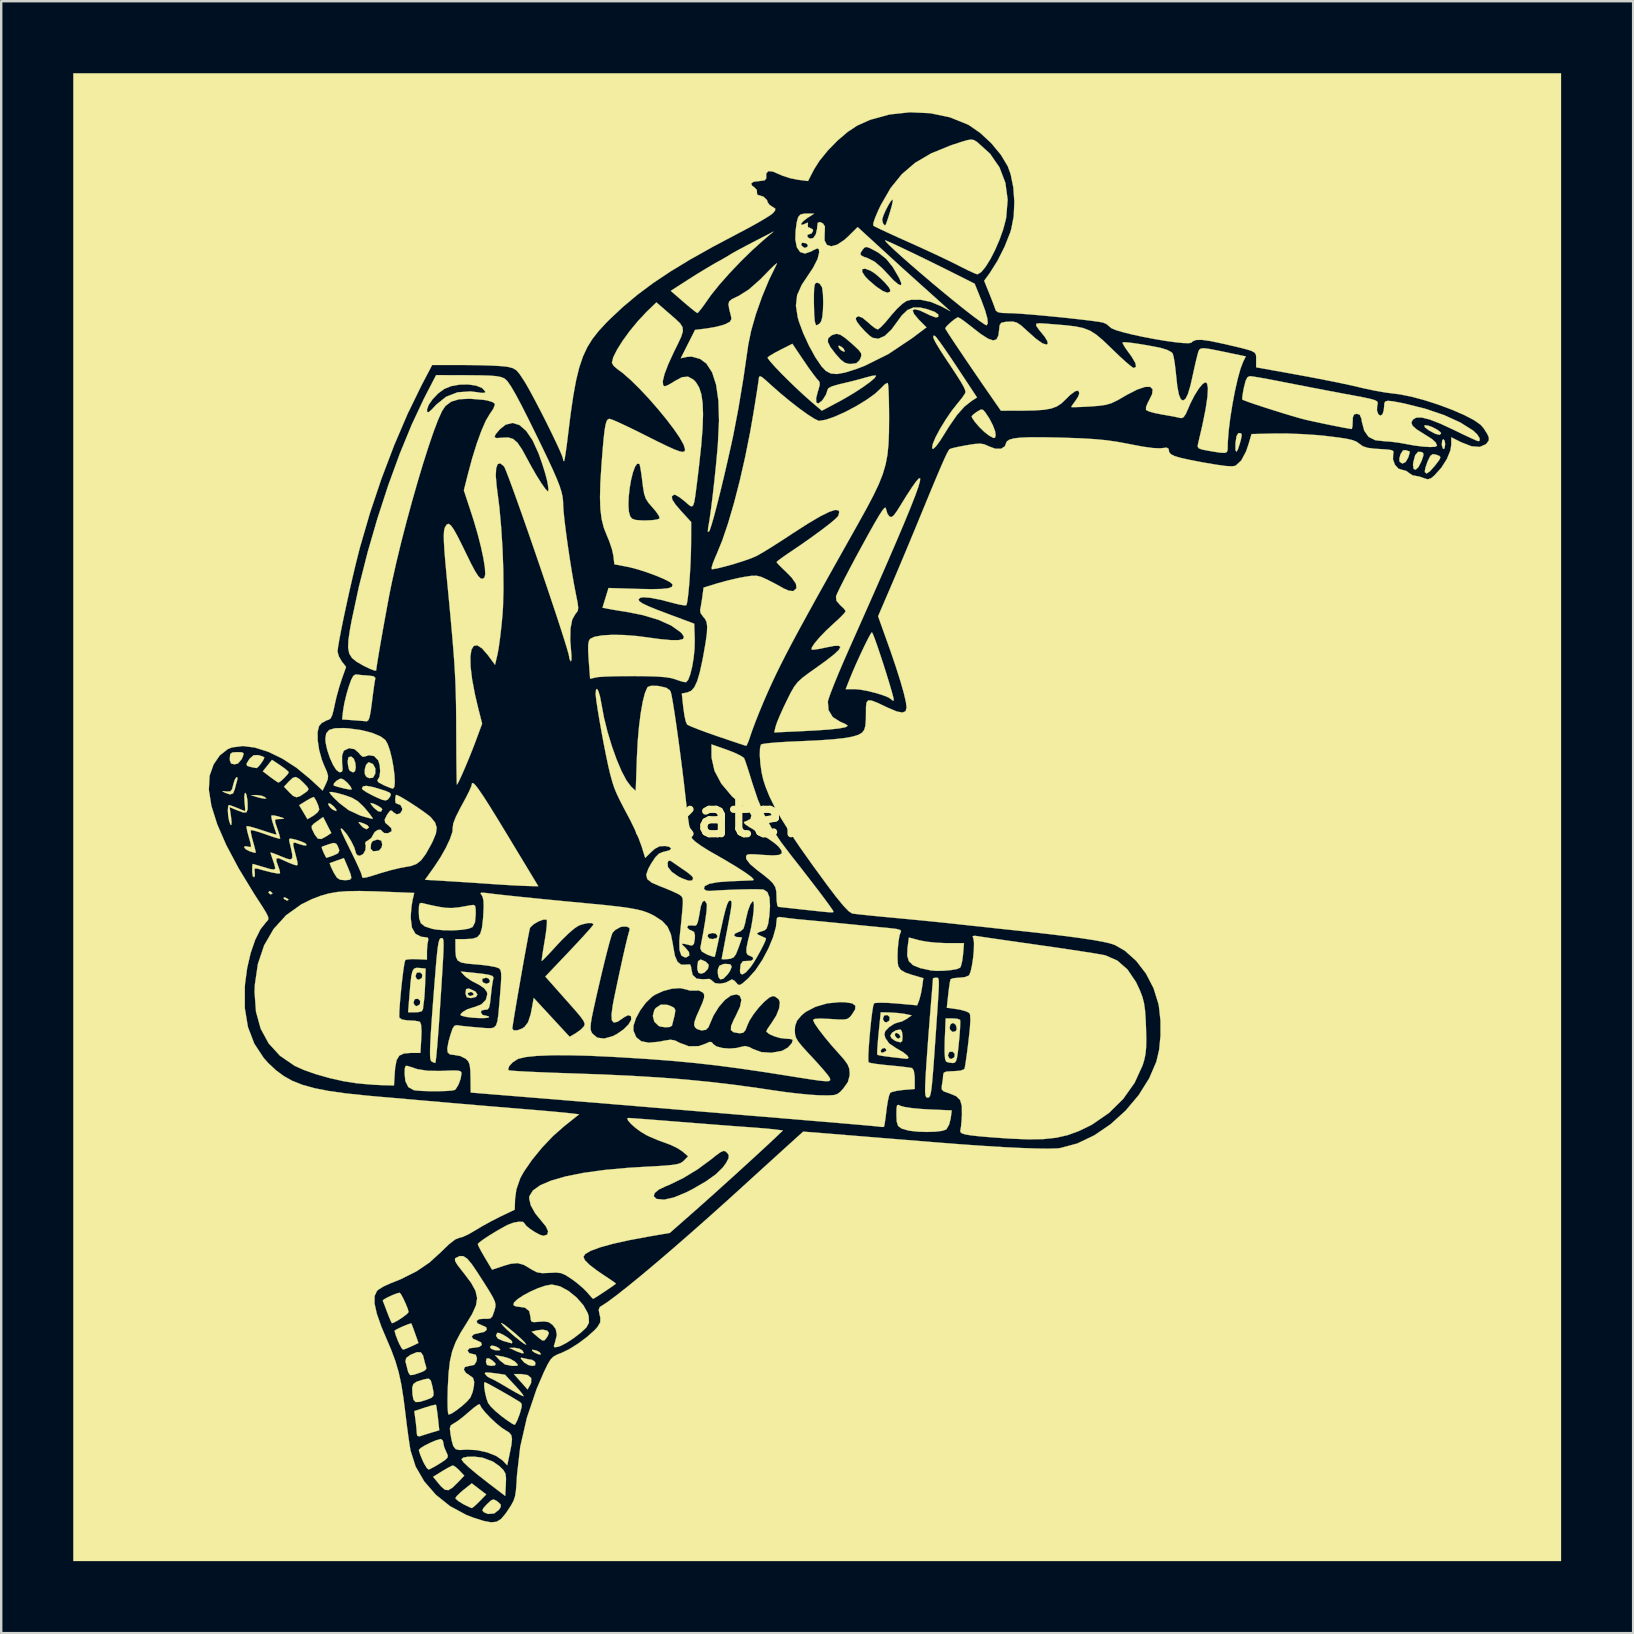
<source format=kicad_pcb>
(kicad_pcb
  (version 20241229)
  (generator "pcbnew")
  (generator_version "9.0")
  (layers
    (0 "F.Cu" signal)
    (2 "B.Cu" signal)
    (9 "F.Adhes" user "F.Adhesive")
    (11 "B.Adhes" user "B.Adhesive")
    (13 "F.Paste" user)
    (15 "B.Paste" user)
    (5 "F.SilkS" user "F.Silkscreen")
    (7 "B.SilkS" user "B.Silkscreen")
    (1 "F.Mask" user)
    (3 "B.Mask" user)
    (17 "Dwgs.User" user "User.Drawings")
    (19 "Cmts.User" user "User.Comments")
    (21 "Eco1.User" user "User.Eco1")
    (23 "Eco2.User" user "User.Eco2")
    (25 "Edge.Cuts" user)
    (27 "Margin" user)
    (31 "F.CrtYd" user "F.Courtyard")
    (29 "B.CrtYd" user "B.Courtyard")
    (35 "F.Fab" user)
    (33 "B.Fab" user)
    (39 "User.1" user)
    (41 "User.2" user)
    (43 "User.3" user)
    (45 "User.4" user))
  (footprint "Skater_62x62"
    (layer "F.Cu")
    (at 30.993 30.993)
    (property "Reference" "Skater_62x62" (at 0 0 0) (layer "F.SilkS") (effects (font (size 1.524 1.524) (thickness 0.3))))
    (attr through_hole)
    (fp_poly (pts (xy -22.145 3.354) (xy -22.026 3.423) (xy -22.046 3.467) (xy -22.093 3.471) (xy -22.208 3.41) (xy -22.224 3.388) (xy -22.211 3.34) (xy -22.145 3.354)) (stroke (width 0.01) (type solid)) (fill yes) (layer "F.SilkS"))
    (fp_poly (pts (xy -22.775 3.09) (xy -22.695 3.166) (xy -22.691 3.18) (xy -22.756 3.216) (xy -22.775 3.217) (xy -22.857 3.152) (xy -22.86 3.128) (xy -22.808 3.077) (xy -22.775 3.09)) (stroke (width 0.01) (type solid)) (fill yes) (layer "F.SilkS"))
    (fp_poly (pts (xy -13.525 22.639) (xy -13.394 22.768) (xy -13.422 22.84) (xy -13.589 22.86) (xy -13.755 22.82) (xy -13.801 22.691) (xy -13.771 22.55) (xy -13.67 22.547) (xy -13.525 22.639)) (stroke (width 0.01) (type solid)) (fill yes) (layer "F.SilkS"))
    (fp_poly (pts (xy -12.396 22.145) (xy -12.277 22.225) (xy -12.221 22.325) (xy -12.298 22.335) (xy -12.514 22.255) (xy -12.573 22.228) (xy -12.827 22.112) (xy -12.605 22.105) (xy -12.396 22.145)) (stroke (width 0.01) (type solid)) (fill yes) (layer "F.SilkS"))
    (fp_poly (pts (xy -12.057 23.243) (xy -11.913 23.367) (xy -11.916 23.56) (xy -11.953 23.642) (xy -12.065 23.842) (xy -12.35 23.52) (xy -12.635 23.199) (xy -12.339 23.199) (xy -12.057 23.243)) (stroke (width 0.01) (type solid)) (fill yes) (layer "F.SilkS"))
    (fp_poly (pts (xy 1.03 -19.584) (xy 1.101 -19.516) (xy 1.151 -19.413) (xy 1.121 -19.389) (xy 1.002 -19.447) (xy 0.931 -19.516) (xy 0.881 -19.618) (xy 0.911 -19.643) (xy 1.03 -19.584)) (stroke (width 0.01) (type solid)) (fill yes) (layer "F.SilkS"))
    (fp_poly (pts (xy 26.143 -15.675) (xy 26.162 -15.536) (xy 26.134 -15.361) (xy 26.076 -15.34) (xy 26.029 -15.473) (xy 26.023 -15.536) (xy 26.039 -15.695) (xy 26.086 -15.748) (xy 26.143 -15.675)) (stroke (width 0.01) (type solid)) (fill yes) (layer "F.SilkS"))
    (fp_poly (pts (xy -23.152 -0.895) (xy -23.029 -0.847) (xy -22.945 -0.782) (xy -23.008 -0.771) (xy -23.029 -0.772) (xy -23.206 -0.802) (xy -23.368 -0.847) (xy -23.58 -0.914) (xy -23.368 -0.922) (xy -23.152 -0.895)) (stroke (width 0.01) (type solid)) (fill yes) (layer "F.SilkS"))
    (fp_poly (pts (xy -11.702 22.218) (xy -11.566 22.289) (xy -11.509 22.364) (xy -11.517 22.383) (xy -11.611 22.376) (xy -11.769 22.306) (xy -11.883 22.223) (xy -11.859 22.187) (xy -11.853 22.187) (xy -11.702 22.218)) (stroke (width 0.01) (type solid)) (fill yes) (layer "F.SilkS"))
    (fp_poly (pts (xy -20.278 -0.558) (xy -20.137 -0.447) (xy -20.13 -0.44) (xy -20.029 -0.314) (xy -20.034 -0.255) (xy -20.041 -0.254) (xy -20.174 -0.309) (xy -20.276 -0.391) (xy -20.364 -0.516) (xy -20.364 -0.577) (xy -20.278 -0.558)) (stroke (width 0.01) (type solid)) (fill yes) (layer "F.SilkS"))
    (fp_poly (pts (xy -18.928 0.25) (xy -18.894 0.262) (xy -18.728 0.344) (xy -18.671 0.423) (xy -18.674 0.432) (xy -18.775 0.503) (xy -18.917 0.43) (xy -19.008 0.338) (xy -19.103 0.227) (xy -19.083 0.202) (xy -18.928 0.25)) (stroke (width 0.01) (type solid)) (fill yes) (layer "F.SilkS"))
    (fp_poly (pts (xy -18.468 -0.556) (xy -18.296 -0.472) (xy -18.157 -0.381) (xy -18.119 -0.33) (xy -18.168 -0.228) (xy -18.295 -0.25) (xy -18.46 -0.384) (xy -18.577 -0.522) (xy -18.608 -0.591) (xy -18.603 -0.593) (xy -18.468 -0.556)) (stroke (width 0.01) (type solid)) (fill yes) (layer "F.SilkS"))
    (fp_poly (pts (xy -13.391 22.048) (xy -13.262 22.118) (xy -13.202 22.186) (xy -13.21 22.203) (xy -13.316 22.214) (xy -13.441 22.201) (xy -13.583 22.145) (xy -13.633 22.068) (xy -13.566 22.017) (xy -13.525 22.015) (xy -13.391 22.048)) (stroke (width 0.01) (type solid)) (fill yes) (layer "F.SilkS"))
    (fp_poly (pts (xy -18.506 -2.213) (xy -18.407 -2.034) (xy -18.407 -1.821) (xy -18.502 -1.645) (xy -18.661 -1.625) (xy -18.784 -1.684) (xy -18.848 -1.805) (xy -18.847 -1.993) (xy -18.794 -2.175) (xy -18.702 -2.28) (xy -18.673 -2.286) (xy -18.506 -2.213)) (stroke (width 0.01) (type solid)) (fill yes) (layer "F.SilkS"))
    (fp_poly (pts (xy -13.081 22.474) (xy -12.818 22.553) (xy -12.603 22.672) (xy -12.575 22.697) (xy -12.473 22.805) (xy -12.49 22.85) (xy -12.647 22.86) (xy -12.709 22.86) (xy -13.005 22.8) (xy -13.214 22.637) (xy -13.42 22.414) (xy -13.081 22.474)) (stroke (width 0.01) (type solid)) (fill yes) (layer "F.SilkS"))
    (fp_poly (pts (xy -11.244 21.393) (xy -11.176 21.486) (xy -11.221 21.606) (xy -11.287 21.71) (xy -11.37 21.8) (xy -11.456 21.796) (xy -11.6 21.689) (xy -11.647 21.649) (xy -11.896 21.435) (xy -11.663 21.376) (xy -11.425 21.351) (xy -11.244 21.393)) (stroke (width 0.01) (type solid)) (fill yes) (layer "F.SilkS"))
    (fp_poly (pts (xy 25.452 -16.314) (xy 25.65 -16.239) (xy 25.845 -16.134) (xy 25.973 -16.03) (xy 25.993 -15.989) (xy 25.931 -15.926) (xy 25.756 -15.969) (xy 25.491 -16.11) (xy 25.322 -16.236) (xy 25.294 -16.314) (xy 25.315 -16.326) (xy 25.452 -16.314)) (stroke (width 0.01) (type solid)) (fill yes) (layer "F.SilkS"))
    (fp_poly (pts (xy -23.961 -2.703) (xy -23.89 -2.653) (xy -23.929 -2.518) (xy -23.974 -2.417) (xy -24.128 -2.237) (xy -24.271 -2.201) (xy -24.413 -2.232) (xy -24.465 -2.356) (xy -24.469 -2.455) (xy -24.452 -2.626) (xy -24.368 -2.696) (xy -24.172 -2.709) (xy -23.961 -2.703)) (stroke (width 0.01) (type solid)) (fill yes) (layer "F.SilkS"))
    (fp_poly (pts (xy -20.411 0.327) (xy -20.24 0.661) (xy -20.446 0.796) (xy -20.659 0.91) (xy -20.8 0.895) (xy -20.921 0.741) (xy -20.953 0.682) (xy -21.05 0.483) (xy -21.058 0.367) (xy -20.961 0.265) (xy -20.831 0.172) (xy -20.581 -0.007) (xy -20.411 0.327)) (stroke (width 0.01) (type solid)) (fill yes) (layer "F.SilkS"))
    (fp_poly (pts (xy -19.41 -2.524) (xy -19.307 -2.439) (xy -19.242 -2.268) (xy -19.222 -2.074) (xy -19.253 -1.919) (xy -19.332 -1.863) (xy -19.466 -1.931) (xy -19.507 -1.997) (xy -19.547 -2.186) (xy -19.558 -2.341) (xy -19.525 -2.498) (xy -19.411 -2.525) (xy -19.41 -2.524)) (stroke (width 0.01) (type solid)) (fill yes) (layer "F.SilkS"))
    (fp_poly (pts (xy -12.192 22.549) (xy -11.993 22.592) (xy -11.884 22.605) (xy -11.772 22.674) (xy -11.738 22.733) (xy -11.751 22.834) (xy -11.865 22.862) (xy -12.03 22.824) (xy -12.196 22.724) (xy -12.242 22.677) (xy -12.349 22.55) (xy -12.331 22.518) (xy -12.192 22.549)) (stroke (width 0.01) (type solid)) (fill yes) (layer "F.SilkS"))
    (fp_poly (pts (xy -4.667 6.007) (xy -4.62 6.039) (xy -4.516 6.154) (xy -4.544 6.297) (xy -4.564 6.336) (xy -4.703 6.478) (xy -4.829 6.519) (xy -4.944 6.485) (xy -4.99 6.352) (xy -4.995 6.223) (xy -4.961 6) (xy -4.854 5.929) (xy -4.667 6.007)) (stroke (width 0.01) (type solid)) (fill yes) (layer "F.SilkS"))
    (fp_poly (pts (xy -3.623 6.127) (xy -3.558 6.227) (xy -3.635 6.416) (xy -3.731 6.55) (xy -3.91 6.732) (xy -4.039 6.757) (xy -4.116 6.652) (xy -4.142 6.474) (xy -4.134 6.335) (xy -4.072 6.188) (xy -3.907 6.121) (xy -3.831 6.112) (xy -3.623 6.127)) (stroke (width 0.01) (type solid)) (fill yes) (layer "F.SilkS"))
    (fp_poly (pts (xy 17.661 -15.988) (xy 17.688 -15.921) (xy 17.66 -15.759) (xy 17.607 -15.561) (xy 17.522 -15.308) (xy 17.46 -15.222) (xy 17.426 -15.303) (xy 17.426 -15.548) (xy 17.428 -15.587) (xy 17.468 -15.867) (xy 17.54 -15.992) (xy 17.577 -16.002) (xy 17.661 -15.988)) (stroke (width 0.01) (type solid)) (fill yes) (layer "F.SilkS"))
    (fp_poly (pts (xy 25.178 -15.213) (xy 25.25 -15.164) (xy 25.255 -15.066) (xy 25.19 -14.871) (xy 25.17 -14.821) (xy 25.047 -14.582) (xy 24.931 -14.477) (xy 24.848 -14.507) (xy 24.823 -14.676) (xy 24.836 -14.788) (xy 24.914 -15.082) (xy 25.033 -15.219) (xy 25.178 -15.213)) (stroke (width 0.01) (type solid)) (fill yes) (layer "F.SilkS"))
    (fp_poly (pts (xy -13.377 28.469) (xy -13.313 28.516) (xy -13.184 28.633) (xy -13.184 28.738) (xy -13.254 28.851) (xy -13.455 29.007) (xy -13.71 29.028) (xy -13.885 28.957) (xy -13.947 28.887) (xy -13.908 28.787) (xy -13.758 28.623) (xy -13.593 28.469) (xy -13.486 28.422) (xy -13.377 28.469)) (stroke (width 0.01) (type solid)) (fill yes) (layer "F.SilkS"))
    (fp_poly (pts (xy -13.233 21.492) (xy -13.066 21.572) (xy -12.883 21.687) (xy -12.743 21.8) (xy -12.701 21.865) (xy -12.72 21.92) (xy -12.721 21.92) (xy -12.808 21.895) (xy -12.998 21.843) (xy -13.06 21.827) (xy -13.293 21.728) (xy -13.381 21.603) (xy -13.326 21.482) (xy -13.233 21.492)) (stroke (width 0.01) (type solid)) (fill yes) (layer "F.SilkS"))
    (fp_poly (pts (xy 24.651 -15.246) (xy 24.683 -15.24) (xy 24.68 -15.171) (xy 24.631 -15.002) (xy 24.625 -14.986) (xy 24.516 -14.797) (xy 24.382 -14.73) (xy 24.264 -14.805) (xy 24.261 -14.81) (xy 24.254 -14.938) (xy 24.3 -15.115) (xy 24.403 -15.279) (xy 24.519 -15.291) (xy 24.651 -15.246)) (stroke (width 0.01) (type solid)) (fill yes) (layer "F.SilkS"))
    (fp_poly (pts (xy -21.574 -1.595) (xy -21.398 -1.429) (xy -21.239 -1.262) (xy -21.189 -1.166) (xy -21.237 -1.09) (xy -21.298 -1.042) (xy -21.533 -0.881) (xy -21.692 -0.829) (xy -21.83 -0.884) (xy -21.974 -1.019) (xy -22.213 -1.269) (xy -22.014 -1.481) (xy -21.85 -1.636) (xy -21.721 -1.675) (xy -21.574 -1.595)) (stroke (width 0.01) (type solid)) (fill yes) (layer "F.SilkS"))
    (fp_poly (pts (xy -20.962 -0.835) (xy -20.87 -0.683) (xy -20.784 -0.481) (xy -20.743 -0.324) (xy -20.743 -0.32) (xy -20.81 -0.203) (xy -20.972 -0.071) (xy -20.989 -0.061) (xy -21.235 0.084) (xy -21.407 -0.208) (xy -21.58 -0.5) (xy -21.284 -0.683) (xy -21.095 -0.79) (xy -20.977 -0.837) (xy -20.962 -0.835)) (stroke (width 0.01) (type solid)) (fill yes) (layer "F.SilkS"))
    (fp_poly (pts (xy -23.257 -2.579) (xy -23.092 -2.526) (xy -23.029 -2.486) (xy -23.074 -2.381) (xy -23.175 -2.229) (xy -23.286 -2.095) (xy -23.357 -2.044) (xy -23.475 -2.067) (xy -23.601 -2.092) (xy -23.75 -2.14) (xy -23.773 -2.228) (xy -23.673 -2.392) (xy -23.637 -2.44) (xy -23.481 -2.579) (xy -23.293 -2.587) (xy -23.257 -2.579)) (stroke (width 0.01) (type solid)) (fill yes) (layer "F.SilkS"))
    (fp_poly (pts (xy -22.363 -2.156) (xy -22.161 -2.012) (xy -22.035 -1.901) (xy -22.013 -1.866) (xy -22.069 -1.776) (xy -22.196 -1.638) (xy -22.338 -1.507) (xy -22.436 -1.442) (xy -22.442 -1.442) (xy -22.526 -1.49) (xy -22.694 -1.608) (xy -22.787 -1.677) (xy -23.094 -1.91) (xy -22.903 -2.149) (xy -22.713 -2.388) (xy -22.363 -2.156)) (stroke (width 0.01) (type solid)) (fill yes) (layer "F.SilkS"))
    (fp_poly (pts (xy -19.71 -1.553) (xy -19.569 -1.43) (xy -19.448 -1.288) (xy -19.393 -1.178) (xy -19.402 -1.151) (xy -19.494 -1.155) (xy -19.69 -1.192) (xy -19.77 -1.211) (xy -19.989 -1.268) (xy -20.125 -1.313) (xy -20.142 -1.322) (xy -20.133 -1.402) (xy -20.032 -1.509) (xy -19.896 -1.59) (xy -19.823 -1.606) (xy -19.71 -1.553)) (stroke (width 0.01) (type solid)) (fill yes) (layer "F.SilkS"))
    (fp_poly (pts (xy -15.07 27.065) (xy -14.919 27.202) (xy -14.901 27.221) (xy -14.701 27.433) (xy -14.95 27.694) (xy -15.189 27.929) (xy -15.363 28.036) (xy -15.507 28.02) (xy -15.662 27.887) (xy -15.741 27.795) (xy -16 27.481) (xy -15.62 27.245) (xy -15.393 27.111) (xy -15.224 27.026) (xy -15.17 27.009) (xy -15.07 27.065)) (stroke (width 0.01) (type solid)) (fill yes) (layer "F.SilkS"))
    (fp_poly (pts (xy -13.786 28.214) (xy -14.064 28.5) (xy -14.237 28.668) (xy -14.36 28.769) (xy -14.389 28.783) (xy -14.486 28.744) (xy -14.674 28.653) (xy -14.753 28.612) (xy -14.949 28.492) (xy -15.061 28.392) (xy -15.071 28.368) (xy -15.009 28.277) (xy -14.853 28.126) (xy -14.73 28.023) (xy -14.39 27.753) (xy -13.786 28.214)) (stroke (width 0.01) (type solid)) (fill yes) (layer "F.SilkS"))
    (fp_poly (pts (xy -13.027 21.148) (xy -12.918 21.231) (xy -12.626 21.47) (xy -12.378 21.688) (xy -12.202 21.86) (xy -12.125 21.961) (xy -12.126 21.975) (xy -12.202 21.941) (xy -12.372 21.818) (xy -12.603 21.631) (xy -12.678 21.568) (xy -12.915 21.356) (xy -13.079 21.192) (xy -13.16 21.093) (xy -13.146 21.073) (xy -13.027 21.148)) (stroke (width 0.01) (type solid)) (fill yes) (layer "F.SilkS"))
    (fp_poly (pts (xy 25.763 -15.107) (xy 25.914 -15.054) (xy 25.966 -14.992) (xy 25.916 -14.88) (xy 25.764 -14.68) (xy 25.742 -14.651) (xy 25.528 -14.41) (xy 25.387 -14.315) (xy 25.32 -14.369) (xy 25.315 -14.425) (xy 25.346 -14.575) (xy 25.423 -14.798) (xy 25.445 -14.853) (xy 25.546 -15.053) (xy 25.645 -15.123) (xy 25.763 -15.107)) (stroke (width 0.01) (type solid)) (fill yes) (layer "F.SilkS"))
    (fp_poly (pts (xy -24.146 -1.645) (xy -24.159 -1.556) (xy -24.215 -1.351) (xy -24.262 -1.164) (xy -24.335 -0.989) (xy -24.462 -0.947) (xy -24.68 -1.023) (xy -24.778 -1.076) (xy -24.728 -1.085) (xy -24.618 -1.072) (xy -24.457 -1.071) (xy -24.376 -1.159) (xy -24.334 -1.325) (xy -24.275 -1.533) (xy -24.203 -1.658) (xy -24.196 -1.663) (xy -24.146 -1.645)) (stroke (width 0.01) (type solid)) (fill yes) (layer "F.SilkS"))
    (fp_poly (pts (xy -20.04 1.102) (xy -19.981 1.187) (xy -19.906 1.381) (xy -19.958 1.502) (xy -20.158 1.598) (xy -20.163 1.6) (xy -20.348 1.663) (xy -20.444 1.693) (xy -20.446 1.693) (xy -20.488 1.626) (xy -20.564 1.471) (xy -20.629 1.308) (xy -20.641 1.236) (xy -20.553 1.203) (xy -20.369 1.137) (xy -20.34 1.127) (xy -20.145 1.073) (xy -20.04 1.102)) (stroke (width 0.01) (type solid)) (fill yes) (layer "F.SilkS"))
    (fp_poly (pts (xy -19.553 2.087) (xy -19.439 2.368) (xy -19.405 2.529) (xy -19.459 2.603) (xy -19.609 2.624) (xy -19.683 2.625) (xy -19.878 2.605) (xy -20.008 2.519) (xy -20.131 2.324) (xy -20.155 2.278) (xy -20.254 2.07) (xy -20.304 1.938) (xy -20.305 1.916) (xy -20.215 1.881) (xy -20.03 1.814) (xy -19.997 1.803) (xy -19.717 1.704) (xy -19.553 2.087)) (stroke (width 0.01) (type solid)) (fill yes) (layer "F.SilkS"))
    (fp_poly (pts (xy -18.516 -1.257) (xy -18.255 -1.182) (xy -17.964 -1.088) (xy -17.808 -1.018) (xy -17.759 -0.952) (xy -17.787 -0.868) (xy -17.802 -0.844) (xy -17.883 -0.736) (xy -17.977 -0.696) (xy -18.125 -0.725) (xy -18.365 -0.829) (xy -18.521 -0.904) (xy -18.76 -1.031) (xy -18.921 -1.138) (xy -18.965 -1.19) (xy -18.922 -1.283) (xy -18.779 -1.305) (xy -18.516 -1.257)) (stroke (width 0.01) (type solid)) (fill yes) (layer "F.SilkS"))
    (fp_poly (pts (xy -16.51 22.295) (xy -16.419 22.425) (xy -16.4 22.5) (xy -16.343 22.731) (xy -16.296 22.88) (xy -16.282 22.975) (xy -16.346 23.052) (xy -16.516 23.132) (xy -16.818 23.232) (xy -16.956 23.243) (xy -17.032 23.134) (xy -17.055 23.053) (xy -17.112 22.825) (xy -17.153 22.674) (xy -17.12 22.529) (xy -16.942 22.399) (xy -16.676 22.288) (xy -16.51 22.295)) (stroke (width 0.01) (type solid)) (fill yes) (layer "F.SilkS"))
    (fp_poly (pts (xy -16.096 23.472) (xy -16.038 23.679) (xy -15.985 23.946) (xy -15.985 24.097) (xy -16.057 24.182) (xy -16.219 24.251) (xy -16.256 24.264) (xy -16.55 24.358) (xy -16.726 24.366) (xy -16.816 24.273) (xy -16.857 24.063) (xy -16.863 23.993) (xy -16.87 23.762) (xy -16.823 23.616) (xy -16.689 23.52) (xy -16.435 23.438) (xy -16.305 23.405) (xy -16.172 23.393) (xy -16.096 23.472)) (stroke (width 0.01) (type solid)) (fill yes) (layer "F.SilkS"))
    (fp_poly (pts (xy -15.859 24.574) (xy -15.828 24.787) (xy -15.799 25.026) (xy -15.743 25.541) (xy -16.093 25.646) (xy -16.339 25.722) (xy -16.526 25.783) (xy -16.561 25.796) (xy -16.659 25.774) (xy -16.679 25.675) (xy -16.691 25.489) (xy -16.719 25.224) (xy -16.732 25.126) (xy -16.784 24.743) (xy -16.345 24.597) (xy -16.099 24.522) (xy -15.929 24.482) (xy -15.881 24.481) (xy -15.859 24.574)) (stroke (width 0.01) (type solid)) (fill yes) (layer "F.SilkS"))
    (fp_poly (pts (xy -13.973 26.679) (xy -13.937 26.686) (xy -13.507 26.846) (xy -13.234 27.039) (xy -13.069 27.203) (xy -12.986 27.348) (xy -12.962 27.539) (xy -12.97 27.791) (xy -12.996 28.277) (xy -13.674 27.76) (xy -14.157 27.382) (xy -14.511 27.086) (xy -14.732 26.876) (xy -14.816 26.756) (xy -14.817 26.749) (xy -14.741 26.68) (xy -14.544 26.643) (xy -14.273 26.642) (xy -13.973 26.679)) (stroke (width 0.01) (type solid)) (fill yes) (layer "F.SilkS"))
    (fp_poly (pts (xy -6.25 7.816) (xy -6.071 7.881) (xy -5.948 7.953) (xy -5.908 8.051) (xy -5.936 8.234) (xy -5.958 8.326) (xy -6.013 8.543) (xy -6.046 8.674) (xy -6.05 8.689) (xy -6.144 8.741) (xy -6.328 8.753) (xy -6.525 8.725) (xy -6.604 8.696) (xy -6.784 8.523) (xy -6.847 8.281) (xy -6.784 8.034) (xy -6.724 7.951) (xy -6.513 7.81) (xy -6.25 7.816)) (stroke (width 0.01) (type solid)) (fill yes) (layer "F.SilkS"))
    (fp_poly (pts (xy -16.87 21.184) (xy -16.797 21.382) (xy -16.749 21.515) (xy -16.611 21.905) (xy -16.902 22.044) (xy -17.106 22.134) (xy -17.24 22.181) (xy -17.254 22.182) (xy -17.318 22.111) (xy -17.415 21.929) (xy -17.473 21.797) (xy -17.558 21.571) (xy -17.601 21.419) (xy -17.6 21.386) (xy -17.49 21.322) (xy -17.306 21.235) (xy -17.108 21.152) (xy -16.955 21.098) (xy -16.907 21.092) (xy -16.87 21.184)) (stroke (width 0.01) (type solid)) (fill yes) (layer "F.SilkS"))
    (fp_poly (pts (xy 6.908 -16.97) (xy 6.994 -16.876) (xy 7.17 -16.614) (xy 7.319 -16.327) (xy 7.415 -16.07) (xy 7.435 -15.911) (xy 7.409 -15.809) (xy 7.348 -15.796) (xy 7.204 -15.873) (xy 7.143 -15.91) (xy 6.967 -16.047) (xy 6.767 -16.241) (xy 6.586 -16.448) (xy 6.463 -16.622) (xy 6.435 -16.699) (xy 6.498 -16.772) (xy 6.65 -16.885) (xy 6.653 -16.888) (xy 6.813 -16.98) (xy 6.908 -16.97)) (stroke (width 0.01) (type solid)) (fill yes) (layer "F.SilkS"))
    (fp_poly (pts (xy -20.005 -1.006) (xy -19.723 -0.93) (xy -19.384 -0.81) (xy -19.137 -0.665) (xy -18.906 -0.446) (xy -18.812 -0.34) (xy -18.639 -0.129) (xy -18.533 0.02) (xy -18.515 0.075) (xy -18.516 0.075) (xy -18.63 0.047) (xy -18.85 -0.013) (xy -19.025 -0.064) (xy -19.516 -0.29) (xy -19.914 -0.595) (xy -20.127 -0.798) (xy -20.271 -0.958) (xy -20.318 -1.043) (xy -20.316 -1.046) (xy -20.218 -1.048) (xy -20.005 -1.006)) (stroke (width 0.01) (type solid)) (fill yes) (layer "F.SilkS"))
    (fp_poly (pts (xy -17.335 19.882) (xy -17.243 20.053) (xy -17.142 20.269) (xy -17.06 20.473) (xy -17.021 20.609) (xy -17.021 20.616) (xy -17.085 20.693) (xy -17.242 20.815) (xy -17.437 20.945) (xy -17.614 21.046) (xy -17.713 21.082) (xy -17.755 21.01) (xy -17.835 20.824) (xy -17.907 20.637) (xy -18.003 20.384) (xy -18.074 20.2) (xy -18.1 20.14) (xy -18.044 20.087) (xy -17.887 20) (xy -17.687 19.908) (xy -17.5 19.837) (xy -17.393 19.812) (xy -17.335 19.882)) (stroke (width 0.01) (type solid)) (fill yes) (layer "F.SilkS"))
    (fp_poly (pts (xy -14.457 7.158) (xy -14.237 7.264) (xy -14.154 7.385) (xy -14.212 7.487) (xy -14.41 7.535) (xy -14.441 7.535) (xy -14.597 7.5) (xy -14.645 7.366) (xy -14.563 7.366) (xy -14.494 7.441) (xy -14.436 7.451) (xy -14.323 7.405) (xy -14.309 7.366) (xy -14.377 7.291) (xy -14.436 7.281) (xy -14.548 7.327) (xy -14.563 7.366) (xy -14.645 7.366) (xy -14.646 7.363) (xy -14.647 7.318) (xy -14.626 7.164) (xy -14.53 7.14) (xy -14.457 7.158)) (stroke (width 0.01) (type solid)) (fill yes) (layer "F.SilkS"))
    (fp_poly (pts (xy 4.261 5.131) (xy 4.564 5.188) (xy 4.957 5.229) (xy 5.361 5.248) (xy 5.408 5.248) (xy 6.117 5.249) (xy 6.078 5.718) (xy 6.042 5.993) (xy 5.99 6.201) (xy 5.953 6.273) (xy 5.819 6.328) (xy 5.573 6.371) (xy 5.272 6.398) (xy 4.972 6.404) (xy 4.741 6.385) (xy 4.293 6.288) (xy 3.993 6.167) (xy 3.819 6) (xy 3.75 5.767) (xy 3.764 5.445) (xy 3.767 5.421) (xy 3.823 5.014) (xy 4.261 5.131)) (stroke (width 0.01) (type solid)) (fill yes) (layer "F.SilkS"))
    (fp_poly (pts (xy 3.488 12.032) (xy 3.645 12.075) (xy 3.929 12.118) (xy 4.297 12.153) (xy 4.641 12.174) (xy 5.607 12.216) (xy 5.561 12.561) (xy 5.496 12.807) (xy 5.394 12.988) (xy 5.366 13.015) (xy 5.202 13.069) (xy 4.921 13.103) (xy 4.573 13.114) (xy 4.211 13.103) (xy 3.885 13.068) (xy 3.76 13.044) (xy 3.509 12.968) (xy 3.371 12.862) (xy 3.313 12.679) (xy 3.302 12.396) (xy 3.306 12.133) (xy 3.328 12.007) (xy 3.385 11.985) (xy 3.488 12.032)) (stroke (width 0.01) (type solid)) (fill yes) (layer "F.SilkS"))
    (fp_poly (pts (xy 3.493 8.863) (xy 3.538 8.965) (xy 3.556 9.149) (xy 3.542 9.327) (xy 3.472 9.382) (xy 3.302 9.336) (xy 3.239 9.311) (xy 3.091 9.203) (xy 3.048 9.102) (xy 3.239 9.102) (xy 3.32 9.203) (xy 3.392 9.229) (xy 3.47 9.165) (xy 3.471 9.149) (xy 3.415 9.042) (xy 3.305 8.986) (xy 3.246 9.003) (xy 3.239 9.102) (xy 3.048 9.102) (xy 3.048 9.102) (xy 3.119 8.981) (xy 3.276 8.882) (xy 3.441 8.848) (xy 3.493 8.863)) (stroke (width 0.01) (type solid)) (fill yes) (layer "F.SilkS"))
    (fp_poly (pts (xy -15.592 25.978) (xy -15.578 26.056) (xy -15.54 26.236) (xy -15.454 26.441) (xy -15.39 26.58) (xy -15.397 26.678) (xy -15.498 26.778) (xy -15.719 26.924) (xy -15.725 26.928) (xy -15.956 27.066) (xy -16.131 27.157) (xy -16.192 27.178) (xy -16.267 27.108) (xy -16.373 26.93) (xy -16.428 26.818) (xy -16.526 26.583) (xy -16.585 26.406) (xy -16.593 26.363) (xy -16.523 26.286) (xy -16.347 26.177) (xy -16.117 26.061) (xy -15.885 25.963) (xy -15.704 25.911) (xy -15.669 25.908) (xy -15.592 25.978)) (stroke (width 0.01) (type solid)) (fill yes) (layer "F.SilkS"))
    (fp_poly (pts (xy -13.64 23.141) (xy -13.455 23.163) (xy -13.203 23.197) (xy -13.036 23.223) (xy -12.996 23.233) (xy -12.943 23.295) (xy -12.801 23.448) (xy -12.602 23.661) (xy -12.576 23.687) (xy -12.384 23.9) (xy -12.262 24.055) (xy -12.232 24.123) (xy -12.238 24.124) (xy -12.343 24.08) (xy -12.554 23.968) (xy -12.831 23.808) (xy -12.94 23.743) (xy -13.229 23.573) (xy -13.464 23.443) (xy -13.606 23.374) (xy -13.628 23.368) (xy -13.731 23.31) (xy -13.805 23.236) (xy -13.85 23.163) (xy -13.805 23.134) (xy -13.64 23.141)) (stroke (width 0.01) (type solid)) (fill yes) (layer "F.SilkS"))
    (fp_poly (pts (xy -13.761 23.577) (xy -13.565 23.681) (xy -13.3 23.828) (xy -13.004 23.996) (xy -12.717 24.163) (xy -12.477 24.307) (xy -12.372 24.373) (xy -12.312 24.444) (xy -12.311 24.57) (xy -12.372 24.796) (xy -12.4 24.882) (xy -12.491 25.122) (xy -12.572 25.28) (xy -12.61 25.315) (xy -12.706 25.267) (xy -12.895 25.142) (xy -13.137 24.964) (xy -13.148 24.956) (xy -13.401 24.745) (xy -13.604 24.545) (xy -13.71 24.402) (xy -13.779 24.207) (xy -13.835 23.969) (xy -13.869 23.742) (xy -13.873 23.581) (xy -13.85 23.537) (xy -13.761 23.577)) (stroke (width 0.01) (type solid)) (fill yes) (layer "F.SilkS"))
    (fp_poly (pts (xy -18.977 -5.919) (xy -18.719 -5.901) (xy -18.691 -5.899) (xy -18.479 -5.871) (xy -18.407 -5.803) (xy -18.411 -5.757) (xy -18.437 -5.622) (xy -18.475 -5.362) (xy -18.52 -5.021) (xy -18.547 -4.805) (xy -18.599 -4.417) (xy -18.646 -4.171) (xy -18.697 -4.04) (xy -18.76 -3.995) (xy -18.785 -3.995) (xy -18.947 -4.01) (xy -19.204 -4.03) (xy -19.357 -4.041) (xy -19.79 -4.072) (xy -19.746 -4.468) (xy -19.694 -4.765) (xy -19.605 -5.131) (xy -19.521 -5.416) (xy -19.416 -5.714) (xy -19.329 -5.879) (xy -19.242 -5.941) (xy -19.175 -5.942) (xy -18.977 -5.919)) (stroke (width 0.01) (type solid)) (fill yes) (layer "F.SilkS"))
    (fp_poly (pts (xy -17.057 10.365) (xy -17.039 10.372) (xy -16.65 10.499) (xy -16.233 10.564) (xy -15.73 10.573) (xy -15.559 10.567) (xy -15.201 10.553) (xy -14.98 10.557) (xy -14.864 10.583) (xy -14.821 10.636) (xy -14.817 10.679) (xy -14.854 10.901) (xy -14.943 11.143) (xy -15.054 11.325) (xy -15.097 11.363) (xy -15.223 11.39) (xy -15.47 11.408) (xy -15.79 11.417) (xy -16.136 11.416) (xy -16.46 11.406) (xy -16.713 11.386) (xy -16.806 11.371) (xy -17.031 11.247) (xy -17.155 10.998) (xy -17.187 10.685) (xy -17.178 10.457) (xy -17.141 10.362) (xy -17.057 10.365)) (stroke (width 0.01) (type solid)) (fill yes) (layer "F.SilkS"))
    (fp_poly (pts (xy -16.404 3.591) (xy -16.213 3.638) (xy -15.933 3.699) (xy -15.755 3.734) (xy -15.477 3.777) (xy -15.216 3.785) (xy -14.914 3.755) (xy -14.513 3.684) (xy -14.457 3.673) (xy -14.319 3.655) (xy -14.25 3.697) (xy -14.227 3.838) (xy -14.224 4.047) (xy -14.255 4.381) (xy -14.351 4.571) (xy -14.363 4.582) (xy -14.53 4.648) (xy -14.816 4.693) (xy -15.169 4.715) (xy -15.54 4.712) (xy -15.879 4.681) (xy -16.038 4.651) (xy -16.34 4.554) (xy -16.509 4.423) (xy -16.582 4.212) (xy -16.595 3.959) (xy -16.589 3.711) (xy -16.559 3.594) (xy -16.485 3.572) (xy -16.404 3.591)) (stroke (width 0.01) (type solid)) (fill yes) (layer "F.SilkS"))
    (fp_poly (pts (xy -2.244 -24.036) (xy -2.7 -23.625) (xy -3.18 -23.156) (xy -3.647 -22.667) (xy -4.067 -22.193) (xy -4.406 -21.772) (xy -4.523 -21.609) (xy -4.715 -21.335) (xy -4.873 -21.126) (xy -4.971 -21.013) (xy -4.989 -21.002) (xy -5.071 -21.055) (xy -5.247 -21.194) (xy -5.484 -21.393) (xy -5.569 -21.465) (xy -6.1 -21.925) (xy -5.386 -22.386) (xy -5.011 -22.623) (xy -4.622 -22.86) (xy -4.284 -23.059) (xy -4.177 -23.119) (xy -3.911 -23.267) (xy -3.702 -23.389) (xy -3.598 -23.454) (xy -3.492 -23.517) (xy -3.27 -23.639) (xy -2.966 -23.801) (xy -2.667 -23.957) (xy -1.82 -24.396) (xy -2.244 -24.036)) (stroke (width 0.01) (type solid)) (fill yes) (layer "F.SilkS"))
    (fp_poly (pts (xy 2.322 -7.628) (xy 2.403 -7.421) (xy 2.511 -7.116) (xy 2.637 -6.742) (xy 2.771 -6.334) (xy 2.901 -5.921) (xy 3.019 -5.535) (xy 3.114 -5.209) (xy 3.176 -4.974) (xy 3.194 -4.862) (xy 3.192 -4.858) (xy 3.118 -4.873) (xy 3.095 -4.903) (xy 2.976 -4.985) (xy 2.736 -5.081) (xy 2.424 -5.177) (xy 2.088 -5.26) (xy 1.774 -5.317) (xy 1.559 -5.334) (xy 1.188 -5.334) (xy 1.355 -5.757) (xy 1.485 -6.072) (xy 1.641 -6.43) (xy 1.809 -6.796) (xy 1.972 -7.14) (xy 2.115 -7.427) (xy 2.223 -7.626) (xy 2.279 -7.704) (xy 2.28 -7.704) (xy 2.322 -7.628)) (stroke (width 0.01) (type solid)) (fill yes) (layer "F.SilkS"))
    (fp_poly (pts (xy -23.777 -0.939) (xy -23.741 -0.744) (xy -23.729 -0.592) (xy -23.727 -0.326) (xy -23.777 -0.201) (xy -23.911 -0.195) (xy -24.162 -0.287) (xy -24.18 -0.294) (xy -24.478 -0.419) (xy -24.422 -0.04) (xy -24.396 0.203) (xy -24.406 0.326) (xy -24.443 0.312) (xy -24.5 0.148) (xy -24.537 -0.061) (xy -24.551 -0.281) (xy -24.539 -0.451) (xy -24.508 -0.508) (xy -24.408 -0.478) (xy -24.216 -0.405) (xy -24.159 -0.381) (xy -23.961 -0.3) (xy -23.844 -0.256) (xy -23.834 -0.254) (xy -23.829 -0.329) (xy -23.843 -0.52) (xy -23.855 -0.635) (xy -23.866 -0.861) (xy -23.844 -0.997) (xy -23.824 -1.015) (xy -23.777 -0.939)) (stroke (width 0.01) (type solid)) (fill yes) (layer "F.SilkS"))
    (fp_poly (pts (xy 2.843 -24.03) (xy 2.966 -23.979) (xy 3.214 -23.866) (xy 3.561 -23.703) (xy 3.979 -23.503) (xy 4.442 -23.279) (xy 4.923 -23.043) (xy 5.395 -22.81) (xy 5.63 -22.692) (xy 6.561 -22.225) (xy 6.835 -21.548) (xy 6.995 -21.115) (xy 7.088 -20.784) (xy 7.109 -20.572) (xy 7.057 -20.493) (xy 7.048 -20.493) (xy 6.956 -20.543) (xy 6.767 -20.673) (xy 6.516 -20.858) (xy 6.435 -20.919) (xy 6.059 -21.213) (xy 5.642 -21.549) (xy 5.201 -21.911) (xy 4.753 -22.286) (xy 4.315 -22.659) (xy 3.903 -23.015) (xy 3.535 -23.339) (xy 3.227 -23.618) (xy 2.996 -23.836) (xy 2.859 -23.978) (xy 2.833 -24.032) (xy 2.843 -24.03)) (stroke (width 0.01) (type solid)) (fill yes) (layer "F.SilkS"))
    (fp_poly (pts (xy -14.327 -1.417) (xy -14.234 -1.329) (xy -14.091 -1.142) (xy -13.891 -0.847) (xy -13.628 -0.435) (xy -13.294 0.105) (xy -12.905 0.746) (xy -11.616 2.879) (xy -12.095 2.866) (xy -12.377 2.855) (xy -12.771 2.835) (xy -13.221 2.807) (xy -13.589 2.783) (xy -14.103 2.747) (xy -14.665 2.71) (xy -15.194 2.677) (xy -15.471 2.66) (xy -16.338 2.609) (xy -15.958 2.077) (xy -15.693 1.674) (xy -15.467 1.274) (xy -15.296 0.909) (xy -15.195 0.613) (xy -15.181 0.418) (xy -15.181 0.418) (xy -15.159 0.259) (xy -15.052 -0.015) (xy -14.869 -0.379) (xy -14.809 -0.487) (xy -14.633 -0.812) (xy -14.494 -1.089) (xy -14.41 -1.281) (xy -14.394 -1.341) (xy -14.378 -1.418) (xy -14.327 -1.417)) (stroke (width 0.01) (type solid)) (fill yes) (layer "F.SilkS"))
    (fp_poly (pts (xy -14.055 24.464) (xy -13.994 24.591) (xy -13.838 24.788) (xy -13.62 25.019) (xy -13.377 25.247) (xy -13.145 25.436) (xy -12.998 25.532) (xy -12.835 25.633) (xy -12.742 25.746) (xy -12.713 25.908) (xy -12.739 26.16) (xy -12.81 26.518) (xy -12.912 27.001) (xy -13.111 26.793) (xy -13.375 26.609) (xy -13.748 26.462) (xy -14.172 26.369) (xy -14.589 26.347) (xy -14.666 26.352) (xy -14.907 26.365) (xy -15.061 26.326) (xy -15.158 26.204) (xy -15.226 25.97) (xy -15.277 25.691) (xy -15.302 25.464) (xy -15.266 25.341) (xy -15.15 25.263) (xy -15.139 25.258) (xy -14.978 25.156) (xy -14.745 24.978) (xy -14.499 24.768) (xy -14.283 24.586) (xy -14.125 24.476) (xy -14.056 24.459) (xy -14.055 24.464)) (stroke (width 0.01) (type solid)) (fill yes) (layer "F.SilkS"))
    (fp_poly (pts (xy -15.629 5.038) (xy -15.6 5.05) (xy -15.579 5.091) (xy -15.567 5.175) (xy -15.563 5.32) (xy -15.568 5.543) (xy -15.583 5.858) (xy -15.607 6.283) (xy -15.641 6.833) (xy -15.686 7.526) (xy -15.721 8.065) (xy -15.76 8.652) (xy -15.8 9.179) (xy -15.836 9.623) (xy -15.868 9.964) (xy -15.894 10.178) (xy -15.911 10.243) (xy -16.018 10.203) (xy -16.066 10.174) (xy -16.096 10.136) (xy -16.116 10.053) (xy -16.127 9.912) (xy -16.127 9.699) (xy -16.116 9.399) (xy -16.094 8.999) (xy -16.059 8.483) (xy -16.012 7.839) (xy -15.951 7.051) (xy -15.892 6.308) (xy -15.848 5.802) (xy -15.809 5.444) (xy -15.77 5.211) (xy -15.727 5.084) (xy -15.676 5.039) (xy -15.666 5.038) (xy -15.629 5.038)) (stroke (width 0.01) (type solid)) (fill yes) (layer "F.SilkS"))
    (fp_poly (pts (xy 4.974 -19.975) (xy 5.12 -19.78) (xy 5.325 -19.489) (xy 5.574 -19.125) (xy 5.821 -18.754) (xy 6.66 -17.484) (xy 6.441 -17.346) (xy 6.136 -17.105) (xy 5.827 -16.757) (xy 5.494 -16.279) (xy 5.345 -16.037) (xy 5.122 -15.684) (xy 4.95 -15.45) (xy 4.835 -15.342) (xy 4.787 -15.366) (xy 4.813 -15.53) (xy 4.819 -15.552) (xy 4.931 -15.824) (xy 5.12 -16.178) (xy 5.357 -16.566) (xy 5.613 -16.939) (xy 5.845 -17.233) (xy 6.024 -17.453) (xy 6.145 -17.627) (xy 6.181 -17.706) (xy 6.163 -17.797) (xy 6.102 -17.935) (xy 5.985 -18.14) (xy 5.8 -18.433) (xy 5.534 -18.837) (xy 5.407 -19.027) (xy 5.124 -19.459) (xy 4.938 -19.766) (xy 4.844 -19.96) (xy 4.837 -20.051) (xy 4.904 -20.052) (xy 4.974 -19.975)) (stroke (width 0.01) (type solid)) (fill yes) (layer "F.SilkS"))
    (fp_poly (pts (xy 5.032 6.699) (xy 5.055 6.74) (xy 5.067 6.831) (xy 5.069 6.991) (xy 5.059 7.238) (xy 5.038 7.591) (xy 5.006 8.071) (xy 4.963 8.695) (xy 4.95 8.89) (xy 4.897 9.65) (xy 4.854 10.259) (xy 4.817 10.732) (xy 4.786 11.087) (xy 4.757 11.341) (xy 4.729 11.51) (xy 4.699 11.612) (xy 4.666 11.664) (xy 4.627 11.682) (xy 4.598 11.684) (xy 4.543 11.665) (xy 4.51 11.589) (xy 4.496 11.43) (xy 4.501 11.159) (xy 4.522 10.751) (xy 4.525 10.689) (xy 4.553 10.248) (xy 4.592 9.697) (xy 4.636 9.091) (xy 4.683 8.49) (xy 4.705 8.216) (xy 4.744 7.735) (xy 4.778 7.317) (xy 4.805 6.989) (xy 4.821 6.779) (xy 4.826 6.713) (xy 4.895 6.691) (xy 4.953 6.689) (xy 4.998 6.688) (xy 5.032 6.699)) (stroke (width 0.01) (type solid)) (fill yes) (layer "F.SilkS"))
    (fp_poly (pts (xy -10.715 19.545) (xy -10.362 19.736) (xy -10.023 20.01) (xy -9.741 20.331) (xy -9.556 20.664) (xy -9.516 20.803) (xy -9.508 21.06) (xy -9.612 21.254) (xy -9.619 21.262) (xy -9.844 21.473) (xy -10.133 21.696) (xy -10.433 21.893) (xy -10.69 22.028) (xy -10.778 22.059) (xy -10.938 22.088) (xy -10.971 22.033) (xy -10.924 21.89) (xy -10.844 21.569) (xy -10.893 21.321) (xy -11.017 21.157) (xy -11.174 21.041) (xy -11.371 21.006) (xy -11.567 21.019) (xy -11.797 21.038) (xy -11.904 21.011) (xy -11.936 20.915) (xy -11.938 20.835) (xy -11.997 20.574) (xy -12.175 20.433) (xy -12.373 20.405) (xy -12.561 20.379) (xy -12.654 20.326) (xy -12.63 20.221) (xy -12.48 20.079) (xy -12.24 19.92) (xy -11.944 19.762) (xy -11.628 19.622) (xy -11.327 19.52) (xy -11.075 19.474) (xy -11.042 19.473) (xy -10.715 19.545)) (stroke (width 0.01) (type solid)) (fill yes) (layer "F.SilkS"))
    (fp_poly (pts (xy -16.579 6.281) (xy -16.57 6.282) (xy -16.311 6.308) (xy -16.331 6.906) (xy -16.345 7.23) (xy -16.364 7.504) (xy -16.382 7.668) (xy -16.412 7.888) (xy -16.419 7.98) (xy -16.468 8.083) (xy -16.628 8.125) (xy -16.733 8.128) (xy -17.041 8.128) (xy -17.01 7.729) (xy -16.821 7.729) (xy -16.759 7.847) (xy -16.679 7.874) (xy -16.571 7.812) (xy -16.548 7.782) (xy -16.538 7.653) (xy -16.627 7.566) (xy -16.75 7.577) (xy -16.774 7.596) (xy -16.821 7.729) (xy -17.01 7.729) (xy -16.982 7.387) (xy -16.944 6.93) (xy -16.908 6.629) (xy -16.736 6.629) (xy -16.675 6.747) (xy -16.595 6.773) (xy -16.486 6.712) (xy -16.463 6.681) (xy -16.453 6.552) (xy -16.543 6.466) (xy -16.666 6.476) (xy -16.689 6.495) (xy -16.736 6.629) (xy -16.908 6.629) (xy -16.906 6.617) (xy -16.861 6.42) (xy -16.797 6.316) (xy -16.707 6.278) (xy -16.579 6.281)) (stroke (width 0.01) (type solid)) (fill yes) (layer "F.SilkS"))
    (fp_poly (pts (xy 5.838 8.399) (xy 5.951 8.441) (xy 5.955 8.445) (xy 5.962 8.552) (xy 5.953 8.787) (xy 5.93 9.114) (xy 5.905 9.377) (xy 5.864 9.768) (xy 5.826 10.02) (xy 5.784 10.163) (xy 5.728 10.228) (xy 5.649 10.243) (xy 5.64 10.243) (xy 5.451 10.215) (xy 5.37 10.18) (xy 5.327 10.06) (xy 5.318 9.931) (xy 5.446 9.931) (xy 5.508 10.049) (xy 5.588 10.075) (xy 5.697 10.014) (xy 5.72 9.983) (xy 5.729 9.854) (xy 5.64 9.768) (xy 5.517 9.778) (xy 5.494 9.797) (xy 5.446 9.931) (xy 5.318 9.931) (xy 5.308 9.783) (xy 5.313 9.358) (xy 5.317 9.25) (xy 5.338 8.755) (xy 5.517 8.755) (xy 5.534 8.849) (xy 5.637 8.948) (xy 5.763 8.921) (xy 5.814 8.842) (xy 5.796 8.71) (xy 5.759 8.637) (xy 5.658 8.57) (xy 5.561 8.624) (xy 5.517 8.755) (xy 5.338 8.755) (xy 5.354 8.382) (xy 5.635 8.382) (xy 5.838 8.399)) (stroke (width 0.01) (type solid)) (fill yes) (layer "F.SilkS"))
    (fp_poly (pts (xy -0.557 -19.013) (xy -0.343 -18.702) (xy -0.152 -18.44) (xy -0.012 -18.26) (xy 0.038 -18.207) (xy 0.102 -18.123) (xy 0.104 -17.994) (xy 0.04 -17.77) (xy 0.025 -17.726) (xy -0.045 -17.444) (xy -0.035 -17.275) (xy 0.045 -17.234) (xy 0.184 -17.335) (xy 0.243 -17.404) (xy 0.367 -17.603) (xy 0.423 -17.771) (xy 0.423 -17.778) (xy 0.465 -17.867) (xy 0.61 -17.945) (xy 0.885 -18.026) (xy 1.037 -18.062) (xy 1.411 -18.151) (xy 1.784 -18.248) (xy 2.053 -18.325) (xy 2.282 -18.384) (xy 2.428 -18.4) (xy 2.455 -18.386) (xy 2.386 -18.287) (xy 2.197 -18.125) (xy 1.916 -17.923) (xy 1.573 -17.698) (xy 1.196 -17.472) (xy 0.919 -17.318) (xy 0.194 -16.933) (xy -0.221 -17.286) (xy -0.534 -17.562) (xy -0.867 -17.871) (xy -1.198 -18.19) (xy -1.505 -18.497) (xy -1.764 -18.769) (xy -1.955 -18.984) (xy -2.055 -19.119) (xy -2.064 -19.152) (xy -1.97 -19.224) (xy -1.769 -19.344) (xy -1.526 -19.472) (xy -1.033 -19.721) (xy -0.557 -19.013)) (stroke (width 0.01) (type solid)) (fill yes) (layer "F.SilkS"))
    (fp_poly (pts (xy -19.522 -3.699) (xy -19.001 -3.629) (xy -18.544 -3.513) (xy -18.188 -3.363) (xy -17.99 -3.215) (xy -17.893 -3.046) (xy -17.8 -2.778) (xy -17.718 -2.449) (xy -17.653 -2.096) (xy -17.61 -1.756) (xy -17.595 -1.467) (xy -17.613 -1.265) (xy -17.672 -1.188) (xy -17.674 -1.188) (xy -17.785 -1.221) (xy -17.986 -1.302) (xy -18.073 -1.341) (xy -18.278 -1.453) (xy -18.326 -1.536) (xy -18.306 -1.555) (xy -18.235 -1.683) (xy -18.206 -1.906) (xy -18.222 -2.155) (xy -18.284 -2.363) (xy -18.286 -2.366) (xy -18.458 -2.546) (xy -18.681 -2.581) (xy -18.793 -2.541) (xy -18.928 -2.512) (xy -19.046 -2.611) (xy -19.086 -2.669) (xy -19.272 -2.833) (xy -19.496 -2.874) (xy -19.697 -2.783) (xy -19.728 -2.751) (xy -19.794 -2.56) (xy -19.792 -2.249) (xy -19.79 -2.238) (xy -19.771 -2.004) (xy -19.794 -1.896) (xy -19.872 -1.874) (xy -19.916 -1.879) (xy -20.036 -1.971) (xy -20.17 -2.184) (xy -20.301 -2.474) (xy -20.409 -2.795) (xy -20.476 -3.102) (xy -20.489 -3.267) (xy -20.453 -3.491) (xy -20.329 -3.633) (xy -20.096 -3.704) (xy -19.731 -3.713) (xy -19.522 -3.699)) (stroke (width 0.01) (type solid)) (fill yes) (layer "F.SilkS"))
    (fp_poly (pts (xy -14.345 6.48) (xy -13.938 6.525) (xy -13.675 6.568) (xy -13.532 6.615) (xy -13.483 6.675) (xy -13.491 6.726) (xy -13.521 6.864) (xy -13.557 7.116) (xy -13.593 7.43) (xy -13.594 7.439) (xy -13.629 7.751) (xy -13.668 7.929) (xy -13.725 8.007) (xy -13.813 8.021) (xy -13.832 8.019) (xy -13.981 8.053) (xy -14.012 8.128) (xy -13.943 8.237) (xy -13.87 8.256) (xy -13.711 8.291) (xy -13.666 8.32) (xy -13.701 8.352) (xy -13.858 8.369) (xy -14.091 8.369) (xy -14.354 8.354) (xy -14.599 8.324) (xy -14.678 8.308) (xy -14.841 8.264) (xy -14.856 8.207) (xy -14.763 8.114) (xy -14.574 8.004) (xy -14.319 7.921) (xy -14.283 7.913) (xy -13.992 7.801) (xy -13.802 7.609) (xy -13.742 7.374) (xy -13.76 7.277) (xy -13.874 7.127) (xy -14.093 6.977) (xy -14.174 6.937) (xy -14.364 6.836) (xy -13.953 6.836) (xy -13.914 6.886) (xy -13.778 6.943) (xy -13.66 6.894) (xy -13.631 6.816) (xy -13.702 6.712) (xy -13.801 6.689) (xy -13.948 6.731) (xy -13.953 6.836) (xy -14.364 6.836) (xy -14.431 6.8) (xy -14.643 6.649) (xy -14.689 6.605) (xy -14.848 6.43) (xy -14.345 6.48)) (stroke (width 0.01) (type solid)) (fill yes) (layer "F.SilkS"))
    (fp_poly (pts (xy 3.039 8.138) (xy 3.342 8.157) (xy 3.62 8.191) (xy 3.683 8.203) (xy 3.937 8.257) (xy 3.728 8.404) (xy 3.528 8.512) (xy 3.373 8.551) (xy 3.214 8.604) (xy 3.017 8.733) (xy 2.991 8.754) (xy 2.838 8.909) (xy 2.8 9.045) (xy 2.84 9.199) (xy 2.993 9.422) (xy 3.298 9.63) (xy 3.34 9.652) (xy 3.585 9.795) (xy 3.749 9.927) (xy 3.811 10.024) (xy 3.752 10.065) (xy 3.711 10.064) (xy 3.571 10.049) (xy 3.322 10.021) (xy 3.068 9.992) (xy 2.788 9.956) (xy 2.584 9.921) (xy 2.506 9.898) (xy 2.5 9.805) (xy 2.504 9.724) (xy 2.643 9.724) (xy 2.668 9.808) (xy 2.746 9.808) (xy 2.866 9.741) (xy 2.883 9.694) (xy 2.824 9.616) (xy 2.716 9.634) (xy 2.643 9.724) (xy 2.504 9.724) (xy 2.511 9.58) (xy 2.536 9.261) (xy 2.561 8.996) (xy 2.62 8.407) (xy 2.737 8.407) (xy 2.799 8.525) (xy 2.879 8.551) (xy 2.987 8.49) (xy 3.01 8.459) (xy 3.02 8.33) (xy 2.931 8.244) (xy 2.808 8.254) (xy 2.784 8.273) (xy 2.737 8.407) (xy 2.62 8.407) (xy 2.648 8.128) (xy 3.039 8.138)) (stroke (width 0.01) (type solid)) (fill yes) (layer "F.SilkS"))
    (fp_poly (pts (xy -22.445 -0.03) (xy -22.417 -0.021) (xy -22.239 0.039) (xy -22.214 0.065) (xy -22.336 0.075) (xy -22.373 0.076) (xy -22.521 0.083) (xy -22.586 0.117) (xy -22.577 0.22) (xy -22.506 0.433) (xy -22.478 0.511) (xy -22.407 0.732) (xy -22.374 0.874) (xy -22.375 0.898) (xy -22.461 0.884) (xy -22.664 0.823) (xy -22.942 0.727) (xy -22.98 0.713) (xy -23.267 0.615) (xy -23.485 0.553) (xy -23.593 0.537) (xy -23.597 0.539) (xy -23.595 0.634) (xy -23.551 0.838) (xy -23.501 1.022) (xy -23.432 1.27) (xy -23.393 1.439) (xy -23.389 1.484) (xy -23.475 1.472) (xy -23.643 1.421) (xy -23.805 1.338) (xy -23.873 1.254) (xy -23.836 1.208) (xy -23.71 1.227) (xy -23.617 1.248) (xy -23.583 1.21) (xy -23.606 1.077) (xy -23.673 0.843) (xy -23.74 0.595) (xy -23.772 0.422) (xy -23.769 0.373) (xy -23.679 0.382) (xy -23.471 0.437) (xy -23.186 0.526) (xy -23.128 0.545) (xy -22.84 0.64) (xy -22.626 0.705) (xy -22.525 0.727) (xy -22.521 0.725) (xy -22.547 0.637) (xy -22.612 0.444) (xy -22.649 0.336) (xy -22.717 0.111) (xy -22.742 -0.04) (xy -22.735 -0.068) (xy -22.635 -0.073) (xy -22.445 -0.03)) (stroke (width 0.01) (type solid)) (fill yes) (layer "F.SilkS"))
    (fp_poly (pts (xy -1.678 -23.058) (xy -2 -22.398) (xy -2.298 -21.68) (xy -2.554 -20.954) (xy -2.751 -20.268) (xy -2.873 -19.671) (xy -2.878 -19.631) (xy -3.077 -18.261) (xy -3.285 -17.01) (xy -3.498 -15.899) (xy -3.567 -15.579) (xy -3.726 -14.869) (xy -3.883 -14.191) (xy -4.034 -13.564) (xy -4.174 -13.007) (xy -4.296 -12.542) (xy -4.398 -12.188) (xy -4.472 -11.965) (xy -4.507 -11.896) (xy -4.555 -11.894) (xy -4.543 -12.047) (xy -4.54 -12.065) (xy -4.484 -12.396) (xy -4.419 -12.858) (xy -4.35 -13.415) (xy -4.28 -14.029) (xy -4.215 -14.663) (xy -4.158 -15.28) (xy -4.136 -15.545) (xy -4.089 -16.518) (xy -4.113 -17.34) (xy -4.209 -18.011) (xy -4.376 -18.53) (xy -4.615 -18.897) (xy -4.876 -19.09) (xy -5.232 -19.188) (xy -5.428 -19.175) (xy -5.683 -19.119) (xy -5.385 -19.709) (xy -5.088 -20.299) (xy -4.597 -20.36) (xy -4.268 -20.416) (xy -3.96 -20.492) (xy -3.821 -20.54) (xy -3.632 -20.64) (xy -3.572 -20.752) (xy -3.584 -20.849) (xy -3.665 -21.17) (xy -3.696 -21.369) (xy -3.662 -21.492) (xy -3.547 -21.582) (xy -3.335 -21.685) (xy -3.277 -21.712) (xy -2.848 -21.981) (xy -2.366 -22.407) (xy -2.203 -22.573) (xy -1.964 -22.819) (xy -1.786 -22.991) (xy -1.686 -23.073) (xy -1.678 -23.058)) (stroke (width 0.01) (type solid)) (fill yes) (layer "F.SilkS"))
    (fp_poly (pts (xy 6.525 -28.21) (xy 6.626 -28.152) (xy 6.675 -28.117) (xy 7.205 -27.637) (xy 7.596 -27.068) (xy 7.841 -26.426) (xy 7.936 -25.725) (xy 7.875 -24.98) (xy 7.859 -24.9) (xy 7.75 -24.488) (xy 7.596 -24.056) (xy 7.413 -23.633) (xy 7.216 -23.248) (xy 7.019 -22.932) (xy 6.839 -22.712) (xy 6.69 -22.619) (xy 6.663 -22.618) (xy 6.547 -22.661) (xy 6.321 -22.764) (xy 6.026 -22.91) (xy 5.884 -22.983) (xy 5.574 -23.138) (xy 5.151 -23.341) (xy 4.66 -23.57) (xy 4.142 -23.807) (xy 3.81 -23.956) (xy 3.357 -24.159) (xy 2.957 -24.342) (xy 2.636 -24.492) (xy 2.42 -24.598) (xy 2.337 -24.645) (xy 2.34 -24.746) (xy 2.386 -24.885) (xy 2.709 -24.885) (xy 2.741 -24.742) (xy 2.807 -24.657) (xy 2.847 -24.663) (xy 2.884 -24.751) (xy 2.954 -24.955) (xy 3.036 -25.214) (xy 3.112 -25.48) (xy 3.15 -25.669) (xy 3.145 -25.739) (xy 3.072 -25.669) (xy 2.964 -25.496) (xy 2.849 -25.274) (xy 2.755 -25.057) (xy 2.71 -24.9) (xy 2.709 -24.885) (xy 2.386 -24.885) (xy 2.413 -24.966) (xy 2.543 -25.273) (xy 2.655 -25.506) (xy 3.06 -26.209) (xy 3.527 -26.786) (xy 4.08 -27.26) (xy 4.745 -27.651) (xy 5.547 -27.979) (xy 5.659 -28.017) (xy 6.021 -28.136) (xy 6.261 -28.206) (xy 6.416 -28.229) (xy 6.525 -28.21)) (stroke (width 0.01) (type solid)) (fill yes) (layer "F.SilkS"))
    (fp_poly (pts (xy -21.81 0.916) (xy -21.704 0.944) (xy -21.475 1.019) (xy -21.317 1.094) (xy -21.298 1.109) (xy -21.271 1.174) (xy -21.374 1.178) (xy -21.58 1.12) (xy -21.627 1.103) (xy -21.756 1.059) (xy -21.82 1.07) (xy -21.826 1.168) (xy -21.778 1.38) (xy -21.723 1.591) (xy -21.657 1.847) (xy -21.642 1.974) (xy -21.682 2.008) (xy -21.784 1.984) (xy -21.787 1.983) (xy -22.002 1.901) (xy -22.2 1.81) (xy -22.427 1.711) (xy -22.531 1.722) (xy -22.524 1.851) (xy -22.47 1.999) (xy -22.397 2.202) (xy -22.376 2.329) (xy -22.381 2.343) (xy -22.484 2.346) (xy -22.72 2.302) (xy -23.059 2.217) (xy -23.317 2.144) (xy -23.432 2.137) (xy -23.439 2.243) (xy -23.431 2.276) (xy -23.424 2.438) (xy -23.461 2.503) (xy -23.51 2.461) (xy -23.536 2.299) (xy -23.537 2.249) (xy -23.532 2.051) (xy -23.519 1.951) (xy -23.516 1.948) (xy -23.43 1.971) (xy -23.234 2.029) (xy -23.079 2.075) (xy -22.785 2.161) (xy -22.626 2.184) (xy -22.575 2.129) (xy -22.607 1.984) (xy -22.652 1.852) (xy -22.727 1.634) (xy -22.771 1.495) (xy -22.775 1.474) (xy -22.706 1.488) (xy -22.528 1.554) (xy -22.387 1.612) (xy -22.108 1.726) (xy -21.94 1.764) (xy -21.865 1.705) (xy -21.87 1.531) (xy -21.938 1.22) (xy -21.975 1.073) (xy -22.001 0.936) (xy -21.959 0.89) (xy -21.81 0.916)) (stroke (width 0.01) (type solid)) (fill yes) (layer "F.SilkS"))
    (fp_poly (pts (xy -3.754 -2.805) (xy -3.443 -2.684) (xy -3.195 -2.565) (xy -3.055 -2.471) (xy -3.041 -2.453) (xy -2.991 -2.324) (xy -2.906 -2.072) (xy -2.799 -1.736) (xy -2.708 -1.439) (xy -2.473 -0.736) (xy -2.213 -0.124) (xy -1.901 0.449) (xy -1.509 1.037) (xy -1.113 1.559) (xy -0.681 2.11) (xy -0.288 2.617) (xy 0.053 3.062) (xy 0.332 3.432) (xy 0.535 3.711) (xy 0.653 3.883) (xy 0.677 3.932) (xy 0.673 3.953) (xy 0.643 3.965) (xy 0.563 3.966) (xy 0.407 3.954) (xy 0.15 3.929) (xy -0.232 3.888) (xy -0.593 3.849) (xy -0.983 3.806) (xy -1.31 3.77) (xy -1.538 3.744) (xy -1.63 3.734) (xy -1.666 3.653) (xy -1.689 3.454) (xy -1.693 3.305) (xy -1.702 3.087) (xy -1.745 2.914) (xy -1.844 2.754) (xy -2.022 2.578) (xy -2.302 2.353) (xy -2.519 2.189) (xy -2.793 1.956) (xy -2.941 1.765) (xy -2.963 1.686) (xy -2.953 1.604) (xy -2.9 1.557) (xy -2.771 1.542) (xy -2.533 1.551) (xy -2.255 1.573) (xy -1.842 1.594) (xy -1.583 1.572) (xy -1.47 1.503) (xy -1.491 1.38) (xy -1.621 1.213) (xy -1.785 1.073) (xy -2.05 0.886) (xy -2.369 0.683) (xy -2.495 0.608) (xy -2.806 0.424) (xy -2.986 0.305) (xy -3.054 0.232) (xy -3.026 0.189) (xy -2.961 0.169) (xy -2.775 0.072) (xy -2.74 -0.08) (xy -2.858 -0.264) (xy -2.938 -0.334) (xy -3.55 -0.869) (xy -3.995 -1.4) (xy -4.276 -1.929) (xy -4.397 -2.462) (xy -4.402 -2.596) (xy -4.403 -3.032) (xy -3.754 -2.805)) (stroke (width 0.01) (type solid)) (fill yes) (layer "F.SilkS"))
    (fp_poly (pts (xy -18.448 3.09) (xy -18.236 3.098) (xy -16.787 3.156) (xy -16.858 3.462) (xy -16.901 3.734) (xy -16.928 4.069) (xy -16.931 4.212) (xy -16.882 4.602) (xy -16.734 4.862) (xy -16.49 4.985) (xy -16.374 4.995) (xy -16.218 5.021) (xy -16.198 5.11) (xy -16.205 5.129) (xy -16.238 5.299) (xy -16.255 5.546) (xy -16.256 5.599) (xy -16.256 5.935) (xy -16.678 5.916) (xy -16.933 5.915) (xy -17.112 5.934) (xy -17.157 5.952) (xy -17.188 6.056) (xy -17.227 6.291) (xy -17.27 6.617) (xy -17.314 6.998) (xy -17.353 7.394) (xy -17.385 7.767) (xy -17.406 8.079) (xy -17.411 8.291) (xy -17.403 8.359) (xy -17.295 8.431) (xy -17.067 8.466) (xy -16.999 8.468) (xy -16.754 8.482) (xy -16.577 8.517) (xy -16.546 8.531) (xy -16.5 8.652) (xy -16.483 8.915) (xy -16.492 9.207) (xy -16.529 9.821) (xy -16.933 9.821) (xy -17.221 9.845) (xy -17.409 9.935) (xy -17.521 10.122) (xy -17.58 10.434) (xy -17.596 10.635) (xy -17.63 11.176) (xy -18.107 11.165) (xy -18.445 11.149) (xy -18.857 11.117) (xy -19.219 11.081) (xy -19.743 10.998) (xy -20.314 10.869) (xy -20.878 10.709) (xy -21.382 10.533) (xy -21.771 10.357) (xy -21.771 10.357) (xy -22.379 9.94) (xy -22.85 9.426) (xy -23.183 8.813) (xy -23.379 8.102) (xy -23.438 7.292) (xy -23.427 6.986) (xy -23.3 6.117) (xy -23.038 5.339) (xy -22.645 4.66) (xy -22.127 4.088) (xy -21.488 3.631) (xy -21.051 3.416) (xy -20.698 3.28) (xy -20.359 3.182) (xy -19.999 3.118) (xy -19.583 3.084) (xy -19.078 3.076) (xy -18.448 3.09)) (stroke (width 0.01) (type solid)) (fill yes) (layer "F.SilkS"))
    (fp_poly (pts (xy -14.737 18.289) (xy -14.577 18.396) (xy -14.388 18.621) (xy -14.145 18.979) (xy -14.127 19.008) (xy -13.844 19.449) (xy -13.641 19.774) (xy -13.507 20.006) (xy -13.43 20.172) (xy -13.401 20.298) (xy -13.407 20.409) (xy -13.439 20.53) (xy -13.455 20.584) (xy -13.53 20.796) (xy -13.622 20.887) (xy -13.787 20.9) (xy -13.869 20.895) (xy -14.089 20.914) (xy -14.188 20.989) (xy -14.153 21.086) (xy -13.97 21.167) (xy -13.791 21.249) (xy -13.762 21.352) (xy -13.872 21.444) (xy -14.076 21.489) (xy -14.3 21.542) (xy -14.391 21.632) (xy -14.337 21.73) (xy -14.182 21.794) (xy -14.002 21.881) (xy -13.97 21.985) (xy -14.078 22.07) (xy -14.266 22.098) (xy -14.486 22.126) (xy -14.562 22.213) (xy -14.563 22.225) (xy -14.492 22.329) (xy -14.398 22.352) (xy -14.223 22.396) (xy -14.173 22.542) (xy -14.196 22.676) (xy -14.285 22.817) (xy -14.48 22.86) (xy -14.494 22.86) (xy -14.674 22.905) (xy -14.72 23.014) (xy -14.633 23.153) (xy -14.479 23.256) (xy -14.339 23.357) (xy -14.291 23.508) (xy -14.297 23.675) (xy -14.351 23.945) (xy -14.445 24.174) (xy -14.453 24.187) (xy -14.587 24.341) (xy -14.791 24.526) (xy -15.019 24.704) (xy -15.221 24.839) (xy -15.351 24.892) (xy -15.379 24.812) (xy -15.395 24.587) (xy -15.399 24.243) (xy -15.389 23.804) (xy -15.388 23.77) (xy -15.355 23.155) (xy -15.298 22.663) (xy -15.205 22.252) (xy -15.063 21.875) (xy -14.86 21.488) (xy -14.642 21.138) (xy -14.373 20.698) (xy -14.214 20.343) (xy -14.165 20.035) (xy -14.232 19.735) (xy -14.414 19.402) (xy -14.716 18.999) (xy -14.785 18.914) (xy -14.987 18.653) (xy -15.084 18.487) (xy -15.088 18.392) (xy -15.059 18.364) (xy -14.89 18.284) (xy -14.737 18.289)) (stroke (width 0.01) (type solid)) (fill yes) (layer "F.SilkS"))
    (fp_poly (pts (xy 4.283 -14.001) (xy 4.215 -13.76) (xy 4.083 -13.392) (xy 3.888 -12.894) (xy 3.628 -12.261) (xy 3.302 -11.492) (xy 2.909 -10.582) (xy 2.447 -9.528) (xy 1.916 -8.327) (xy 1.356 -7.07) (xy 1.114 -6.519) (xy 0.894 -6.004) (xy 0.708 -5.55) (xy 0.564 -5.181) (xy 0.473 -4.922) (xy 0.445 -4.816) (xy 0.473 -4.46) (xy 0.649 -4.171) (xy 0.96 -3.973) (xy 0.982 -3.965) (xy 1.171 -3.883) (xy 1.267 -3.813) (xy 1.27 -3.804) (xy 1.186 -3.75) (xy 0.934 -3.699) (xy 0.513 -3.653) (xy -0.076 -3.612) (xy -0.619 -3.584) (xy -1.788 -3.53) (xy -1.731 -3.776) (xy -1.67 -3.955) (xy -1.552 -4.24) (xy -1.396 -4.586) (xy -1.281 -4.825) (xy -1.103 -5.183) (xy -0.957 -5.437) (xy -0.807 -5.63) (xy -0.614 -5.807) (xy -0.342 -6.011) (xy -0.133 -6.158) (xy 0.354 -6.508) (xy 0.698 -6.776) (xy 0.902 -6.968) (xy 0.967 -7.088) (xy 0.898 -7.142) (xy 0.695 -7.134) (xy 0.363 -7.069) (xy 0.346 -7.065) (xy 0.065 -7.007) (xy -0.145 -6.977) (xy -0.236 -6.981) (xy -0.219 -7.076) (xy -0.098 -7.257) (xy 0.107 -7.498) (xy 0.372 -7.773) (xy 0.675 -8.055) (xy 0.679 -8.059) (xy 0.916 -8.276) (xy 1.094 -8.456) (xy 1.181 -8.566) (xy 1.185 -8.579) (xy 1.125 -8.678) (xy 0.978 -8.817) (xy 0.966 -8.826) (xy 0.802 -9.016) (xy 0.784 -9.192) (xy 0.834 -9.318) (xy 0.954 -9.57) (xy 1.133 -9.924) (xy 1.359 -10.358) (xy 1.62 -10.849) (xy 1.829 -11.233) (xy 2.148 -11.815) (xy 2.398 -12.259) (xy 2.585 -12.576) (xy 2.717 -12.78) (xy 2.803 -12.881) (xy 2.849 -12.893) (xy 2.863 -12.854) (xy 2.925 -12.646) (xy 3.009 -12.528) (xy 3.087 -12.5) (xy 3.181 -12.562) (xy 3.312 -12.736) (xy 3.448 -12.952) (xy 3.73 -13.407) (xy 3.957 -13.754) (xy 4.126 -13.991) (xy 4.238 -14.112) (xy 4.291 -14.117) (xy 4.283 -14.001)) (stroke (width 0.01) (type solid)) (fill yes) (layer "F.SilkS"))
    (fp_poly (pts (xy -17.428 -0.886) (xy -17.216 -0.768) (xy -16.947 -0.601) (xy -16.658 -0.412) (xy -16.389 -0.226) (xy -16.179 -0.069) (xy -16.093 0.006) (xy -15.92 0.219) (xy -15.85 0.431) (xy -15.883 0.683) (xy -16.021 1.015) (xy -16.093 1.156) (xy -16.308 1.538) (xy -16.497 1.793) (xy -16.692 1.948) (xy -16.927 2.035) (xy -17.118 2.068) (xy -17.416 2.124) (xy -17.795 2.216) (xy -18.174 2.326) (xy -18.192 2.332) (xy -18.549 2.444) (xy -18.775 2.508) (xy -18.899 2.528) (xy -18.953 2.507) (xy -18.966 2.45) (xy -18.966 2.434) (xy -19.003 2.322) (xy -19.102 2.092) (xy -19.25 1.773) (xy -19.432 1.399) (xy -19.47 1.323) (xy -19.668 0.92) (xy -19.792 0.653) (xy -19.846 0.505) (xy -19.835 0.463) (xy -19.765 0.511) (xy -19.758 0.518) (xy -19.588 0.72) (xy -19.42 0.987) (xy -19.286 1.257) (xy -19.221 1.47) (xy -19.219 1.498) (xy -19.149 1.588) (xy -19.052 1.609) (xy -18.913 1.537) (xy -18.82 1.37) (xy -18.815 1.317) (xy -18.604 1.317) (xy -18.501 1.421) (xy -18.29 1.401) (xy -18.253 1.388) (xy -18.148 1.272) (xy -18.119 1.134) (xy -18.157 0.978) (xy -18.303 0.932) (xy -18.325 0.931) (xy -18.518 0.996) (xy -18.584 1.1) (xy -18.604 1.317) (xy -18.815 1.317) (xy -18.805 1.182) (xy -18.832 1.112) (xy -18.807 1.024) (xy -18.722 0.977) (xy -18.567 0.858) (xy -18.517 0.76) (xy -18.431 0.615) (xy -18.298 0.528) (xy -18.178 0.527) (xy -18.138 0.577) (xy -18.036 0.662) (xy -17.874 0.667) (xy -17.739 0.592) (xy -17.728 0.577) (xy -17.742 0.459) (xy -17.85 0.355) (xy -17.996 0.231) (xy -18.018 0.1) (xy -17.921 -0.093) (xy -17.896 -0.131) (xy -17.791 -0.268) (xy -17.716 -0.271) (xy -17.661 -0.209) (xy -17.519 -0.118) (xy -17.373 -0.155) (xy -17.29 -0.29) (xy -17.289 -0.371) (xy -17.365 -0.514) (xy -17.453 -0.54) (xy -17.562 -0.592) (xy -17.58 -0.731) (xy -17.561 -0.885) (xy -17.541 -0.931) (xy -17.428 -0.886)) (stroke (width 0.01) (type solid)) (fill yes) (layer "F.SilkS"))
    (fp_poly (pts (xy 6.665 4.955) (xy 6.808 4.977) (xy 7.095 5.02) (xy 7.502 5.079) (xy 8.005 5.152) (xy 8.581 5.235) (xy 9.207 5.324) (xy 9.313 5.339) (xy 9.948 5.43) (xy 10.54 5.518) (xy 11.065 5.598) (xy 11.5 5.666) (xy 11.819 5.72) (xy 11.998 5.754) (xy 12.011 5.758) (xy 12.503 5.974) (xy 12.926 6.343) (xy 13.281 6.867) (xy 13.45 7.226) (xy 13.549 7.488) (xy 13.616 7.747) (xy 13.659 8.048) (xy 13.686 8.439) (xy 13.7 8.782) (xy 13.711 9.254) (xy 13.704 9.605) (xy 13.676 9.88) (xy 13.623 10.125) (xy 13.557 10.338) (xy 13.225 11.065) (xy 12.75 11.736) (xy 12.154 12.323) (xy 11.46 12.8) (xy 11.367 12.851) (xy 10.895 13.079) (xy 10.436 13.246) (xy 9.955 13.355) (xy 9.42 13.412) (xy 8.795 13.423) (xy 8.046 13.392) (xy 7.847 13.379) (xy 7.217 13.334) (xy 6.738 13.293) (xy 6.392 13.254) (xy 6.16 13.214) (xy 6.023 13.169) (xy 5.965 13.115) (xy 5.964 13.053) (xy 5.992 12.895) (xy 6.017 12.632) (xy 6.031 12.396) (xy 6.026 12.028) (xy 5.955 11.784) (xy 5.794 11.625) (xy 5.519 11.51) (xy 5.486 11.499) (xy 5.274 11.425) (xy 5.189 11.341) (xy 5.19 11.201) (xy 5.2 11.15) (xy 5.237 10.912) (xy 5.249 10.742) (xy 5.275 10.647) (xy 5.379 10.599) (xy 5.602 10.584) (xy 5.675 10.583) (xy 5.96 10.562) (xy 6.119 10.505) (xy 6.139 10.477) (xy 6.164 10.356) (xy 6.203 10.103) (xy 6.251 9.755) (xy 6.302 9.347) (xy 6.305 9.321) (xy 6.361 8.812) (xy 6.383 8.455) (xy 6.373 8.24) (xy 6.345 8.164) (xy 6.215 8.092) (xy 5.98 8.026) (xy 5.829 7.999) (xy 5.401 7.94) (xy 5.461 7.378) (xy 5.497 7.083) (xy 5.532 6.857) (xy 5.559 6.752) (xy 5.661 6.711) (xy 5.865 6.69) (xy 5.921 6.689) (xy 6.154 6.663) (xy 6.314 6.599) (xy 6.331 6.583) (xy 6.394 6.43) (xy 6.452 6.165) (xy 6.499 5.841) (xy 6.528 5.514) (xy 6.534 5.238) (xy 6.51 5.068) (xy 6.507 5.061) (xy 6.476 4.961) (xy 6.558 4.94) (xy 6.665 4.955)) (stroke (width 0.01) (type solid)) (fill yes) (layer "F.SilkS"))
    (fp_poly (pts (xy 18.162 -18.357) (xy 18.428 -18.313) (xy 18.794 -18.247) (xy 19.226 -18.165) (xy 19.441 -18.122) (xy 20.019 -18.009) (xy 20.67 -17.883) (xy 21.314 -17.76) (xy 21.873 -17.655) (xy 21.886 -17.652) (xy 22.42 -17.553) (xy 22.81 -17.478) (xy 23.076 -17.419) (xy 23.241 -17.369) (xy 23.327 -17.319) (xy 23.354 -17.262) (xy 23.345 -17.19) (xy 23.329 -17.129) (xy 23.321 -16.943) (xy 23.373 -16.794) (xy 23.459 -16.725) (xy 23.55 -16.781) (xy 23.55 -16.781) (xy 23.603 -16.945) (xy 23.621 -17.124) (xy 23.629 -17.249) (xy 23.673 -17.322) (xy 23.782 -17.346) (xy 23.984 -17.325) (xy 24.311 -17.264) (xy 24.484 -17.228) (xy 25.343 -17.013) (xy 26.123 -16.748) (xy 26.793 -16.442) (xy 27.324 -16.109) (xy 27.326 -16.107) (xy 27.498 -15.944) (xy 27.595 -15.791) (xy 27.599 -15.686) (xy 27.54 -15.663) (xy 27.445 -15.699) (xy 27.229 -15.795) (xy 26.925 -15.938) (xy 26.563 -16.114) (xy 26.539 -16.126) (xy 25.966 -16.393) (xy 25.52 -16.566) (xy 25.188 -16.649) (xy 24.956 -16.646) (xy 24.814 -16.56) (xy 24.755 -16.436) (xy 24.802 -16.308) (xy 24.973 -16.156) (xy 25.283 -15.96) (xy 25.301 -15.95) (xy 25.6 -15.761) (xy 25.765 -15.613) (xy 25.822 -15.483) (xy 25.822 -15.473) (xy 25.746 -15.431) (xy 25.539 -15.42) (xy 25.237 -15.438) (xy 24.875 -15.484) (xy 24.553 -15.542) (xy 24.201 -15.604) (xy 23.855 -15.647) (xy 23.647 -15.659) (xy 23.25 -15.704) (xy 22.972 -15.843) (xy 22.793 -16.096) (xy 22.689 -16.486) (xy 22.674 -16.595) (xy 22.603 -16.766) (xy 22.479 -16.806) (xy 22.365 -16.776) (xy 22.317 -16.654) (xy 22.31 -16.489) (xy 22.3 -16.285) (xy 22.275 -16.176) (xy 22.267 -16.171) (xy 22.149 -16.188) (xy 21.907 -16.232) (xy 21.58 -16.296) (xy 21.209 -16.371) (xy 20.836 -16.45) (xy 20.5 -16.523) (xy 20.362 -16.554) (xy 20.117 -16.618) (xy 19.782 -16.715) (xy 19.389 -16.833) (xy 18.973 -16.963) (xy 18.568 -17.093) (xy 18.205 -17.213) (xy 17.92 -17.312) (xy 17.746 -17.38) (xy 17.709 -17.4) (xy 17.709 -17.491) (xy 17.74 -17.697) (xy 17.779 -17.9) (xy 17.851 -18.185) (xy 17.93 -18.332) (xy 18.029 -18.373) (xy 18.162 -18.357)) (stroke (width 0.01) (type solid)) (fill yes) (layer "F.SilkS"))
    (fp_poly (pts (xy -7.753 12.538) (xy -7.494 12.557) (xy -7.115 12.585) (xy -6.641 12.622) (xy -6.096 12.665) (xy -5.673 12.699) (xy -5.049 12.748) (xy -4.436 12.796) (xy -3.87 12.84) (xy -3.386 12.877) (xy -3.016 12.904) (xy -2.879 12.913) (xy -2.491 12.942) (xy -2.119 12.973) (xy -1.832 13.001) (xy -1.793 13.006) (xy -1.426 13.051) (xy -1.708 13.32) (xy -2.009 13.603) (xy -2.408 13.972) (xy -2.877 14.402) (xy -3.386 14.866) (xy -3.908 15.338) (xy -4.413 15.793) (xy -4.874 16.204) (xy -5.127 16.428) (xy -6.14 17.32) (xy -7.028 17.472) (xy -7.831 17.622) (xy -8.503 17.771) (xy -9.038 17.919) (xy -9.427 18.062) (xy -9.663 18.198) (xy -9.737 18.318) (xy -9.674 18.46) (xy -9.48 18.653) (xy -9.147 18.906) (xy -8.869 19.094) (xy -8.627 19.255) (xy -8.452 19.376) (xy -8.382 19.431) (xy -8.382 19.431) (xy -8.446 19.482) (xy -8.607 19.596) (xy -8.821 19.74) (xy -9.042 19.886) (xy -9.226 20.004) (xy -9.327 20.064) (xy -9.334 20.066) (xy -9.397 20.007) (xy -9.525 19.861) (xy -9.568 19.809) (xy -9.756 19.618) (xy -10.02 19.395) (xy -10.219 19.248) (xy -10.477 19.079) (xy -10.675 18.994) (xy -10.884 18.97) (xy -11.144 18.984) (xy -11.453 18.996) (xy -11.671 18.96) (xy -11.87 18.86) (xy -11.926 18.823) (xy -12.223 18.649) (xy -12.481 18.578) (xy -12.767 18.605) (xy -13.065 18.692) (xy -13.543 18.853) (xy -13.841 18.353) (xy -13.991 18.093) (xy -14.098 17.89) (xy -14.139 17.786) (xy -14.139 17.786) (xy -14.071 17.712) (xy -13.891 17.58) (xy -13.634 17.411) (xy -13.336 17.23) (xy -13.034 17.059) (xy -12.895 16.986) (xy -12.66 16.896) (xy -12.43 16.853) (xy -12.257 16.861) (xy -12.192 16.922) (xy -12.125 17.019) (xy -11.958 17.155) (xy -11.745 17.294) (xy -11.541 17.401) (xy -11.402 17.441) (xy -11.242 17.39) (xy -11.209 17.251) (xy -11.302 17.047) (xy -11.452 16.864) (xy -11.744 16.508) (xy -11.932 16.171) (xy -11.998 15.883) (xy -11.988 15.79) (xy -6.809 15.79) (xy -6.703 15.895) (xy -6.675 15.906) (xy -6.376 15.934) (xy -5.969 15.843) (xy -5.46 15.633) (xy -5.185 15.493) (xy -4.637 15.175) (xy -4.229 14.884) (xy -3.937 14.602) (xy -3.798 14.412) (xy -3.691 14.209) (xy -3.686 14.078) (xy -3.727 14.01) (xy -3.813 13.924) (xy -3.902 13.902) (xy -4.029 13.958) (xy -4.227 14.101) (xy -4.429 14.264) (xy -4.981 14.67) (xy -5.578 15.033) (xy -6.152 15.313) (xy -6.29 15.368) (xy -6.591 15.51) (xy -6.767 15.656) (xy -6.809 15.79) (xy -11.988 15.79) (xy -11.987 15.788) (xy -11.843 15.553) (xy -11.539 15.336) (xy -11.083 15.141) (xy -10.483 14.968) (xy -9.749 14.82) (xy -8.887 14.7) (xy -7.907 14.61) (xy -7.291 14.572) (xy -6.735 14.542) (xy -6.324 14.515) (xy -6.031 14.487) (xy -5.831 14.454) (xy -5.698 14.412) (xy -5.608 14.358) (xy -5.555 14.311) (xy -5.376 14.129) (xy -5.604 13.931) (xy -5.818 13.79) (xy -6.112 13.649) (xy -6.281 13.586) (xy -6.626 13.46) (xy -6.979 13.31) (xy -7.112 13.247) (xy -7.344 13.109) (xy -7.568 12.944) (xy -7.756 12.777) (xy -7.879 12.636) (xy -7.909 12.548) (xy -7.869 12.531) (xy -7.753 12.538)) (stroke (width 0.01) (type solid)) (fill yes) (layer "F.SilkS"))
    (fp_poly (pts (xy -2.298 -18.332) (xy -2.14 -18.2) (xy -1.905 -17.987) (xy -1.526 -17.653) (xy -1.134 -17.329) (xy -0.755 -17.034) (xy -0.414 -16.788) (xy -0.139 -16.61) (xy 0.046 -16.518) (xy 0.088 -16.51) (xy 0.37 -16.559) (xy 0.746 -16.691) (xy 1.176 -16.885) (xy 1.622 -17.121) (xy 2.043 -17.377) (xy 2.401 -17.632) (xy 2.655 -17.866) (xy 2.668 -17.881) (xy 2.817 -18.031) (xy 2.923 -18.09) (xy 2.941 -18.084) (xy 2.96 -17.985) (xy 2.975 -17.746) (xy 2.987 -17.395) (xy 2.994 -16.963) (xy 2.996 -16.613) (xy 2.991 -16.025) (xy 2.97 -15.528) (xy 2.927 -15.093) (xy 2.85 -14.691) (xy 2.733 -14.293) (xy 2.565 -13.87) (xy 2.338 -13.394) (xy 2.043 -12.836) (xy 1.672 -12.167) (xy 1.591 -12.023) (xy 0.984 -10.943) (xy 0.453 -9.996) (xy -0.008 -9.169) (xy -0.406 -8.448) (xy -0.749 -7.82) (xy -1.045 -7.269) (xy -1.299 -6.784) (xy -1.52 -6.35) (xy -1.714 -5.954) (xy -1.89 -5.582) (xy -2.054 -5.219) (xy -2.213 -4.854) (xy -2.243 -4.784) (xy -2.416 -4.367) (xy -2.578 -3.958) (xy -2.708 -3.61) (xy -2.777 -3.408) (xy -2.859 -3.165) (xy -2.929 -3.007) (xy -2.96 -2.972) (xy -3.052 -3) (xy -3.275 -3.074) (xy -3.599 -3.183) (xy -3.994 -3.317) (xy -4.168 -3.376) (xy -4.588 -3.523) (xy -4.954 -3.659) (xy -5.234 -3.77) (xy -5.396 -3.846) (xy -5.42 -3.862) (xy -5.474 -3.987) (xy -5.529 -4.23) (xy -5.573 -4.538) (xy -5.575 -4.552) (xy -5.639 -5.15) (xy -5.404 -5.197) (xy -5.248 -5.265) (xy -5.116 -5.414) (xy -4.999 -5.665) (xy -4.889 -6.036) (xy -4.777 -6.55) (xy -4.736 -6.768) (xy -4.645 -7.29) (xy -4.593 -7.673) (xy -4.582 -7.947) (xy -4.61 -8.137) (xy -4.678 -8.271) (xy -4.743 -8.341) (xy -4.857 -8.501) (xy -4.877 -8.629) (xy -4.844 -8.791) (xy -4.803 -9.043) (xy -4.786 -9.163) (xy -4.732 -9.564) (xy -4.165 -9.739) (xy -3.766 -9.849) (xy -3.329 -9.953) (xy -3.048 -10.008) (xy -2.738 -10.055) (xy -2.522 -10.058) (xy -2.33 -10.01) (xy -2.091 -9.901) (xy -2.074 -9.893) (xy -1.779 -9.741) (xy -1.502 -9.591) (xy -1.39 -9.526) (xy -1.178 -9.435) (xy -1.004 -9.418) (xy -0.988 -9.423) (xy -0.861 -9.538) (xy -0.885 -9.723) (xy -1.057 -9.975) (xy -1.27 -10.194) (xy -1.482 -10.397) (xy -1.633 -10.552) (xy -1.693 -10.627) (xy -1.693 -10.627) (xy -1.628 -10.688) (xy -1.454 -10.817) (xy -1.206 -10.99) (xy -1.122 -11.046) (xy -0.635 -11.377) (xy -0.179 -11.699) (xy 0.223 -11.994) (xy 0.549 -12.246) (xy 0.776 -12.439) (xy 0.88 -12.55) (xy 0.922 -12.719) (xy 0.885 -12.78) (xy 0.752 -12.801) (xy 0.498 -12.718) (xy 0.121 -12.53) (xy -0.381 -12.234) (xy -1.01 -11.83) (xy -1.102 -11.769) (xy -1.509 -11.503) (xy -1.9 -11.254) (xy -2.238 -11.046) (xy -2.485 -10.903) (xy -2.54 -10.874) (xy -2.764 -10.78) (xy -3.084 -10.668) (xy -3.452 -10.553) (xy -3.819 -10.449) (xy -4.136 -10.37) (xy -4.355 -10.331) (xy -4.39 -10.329) (xy -4.398 -10.399) (xy -4.342 -10.585) (xy -4.234 -10.852) (xy -4.192 -10.944) (xy -3.954 -11.526) (xy -3.709 -12.25) (xy -3.463 -13.089) (xy -3.224 -14.016) (xy -2.999 -15.004) (xy -2.795 -16.025) (xy -2.672 -16.727) (xy -2.596 -17.189) (xy -2.529 -17.607) (xy -2.477 -17.946) (xy -2.444 -18.17) (xy -2.438 -18.222) (xy -2.421 -18.331) (xy -2.384 -18.372) (xy -2.298 -18.332)) (stroke (width 0.01) (type solid)) (fill yes) (layer "F.SilkS"))
    (fp_poly (pts (xy 5.964 -20.777) (xy 6.15 -20.646) (xy 6.389 -20.461) (xy 6.412 -20.442) (xy 6.816 -20.128) (xy 7.118 -19.935) (xy 7.331 -19.86) (xy 7.47 -19.903) (xy 7.549 -20.062) (xy 7.58 -20.295) (xy 7.602 -20.498) (xy 7.67 -20.595) (xy 7.833 -20.632) (xy 7.956 -20.643) (xy 8.156 -20.646) (xy 8.315 -20.605) (xy 8.485 -20.494) (xy 8.715 -20.289) (xy 8.752 -20.254) (xy 9.118 -19.928) (xy 9.386 -19.739) (xy 9.553 -19.687) (xy 9.605 -19.72) (xy 9.589 -19.83) (xy 9.487 -20.002) (xy 9.46 -20.038) (xy 9.24 -20.309) (xy 9.124 -20.474) (xy 9.126 -20.555) (xy 9.26 -20.576) (xy 9.54 -20.559) (xy 9.78 -20.539) (xy 10.338 -20.494) (xy 10.763 -20.443) (xy 11.093 -20.373) (xy 11.364 -20.268) (xy 11.614 -20.112) (xy 11.879 -19.891) (xy 12.196 -19.59) (xy 12.282 -19.506) (xy 12.588 -19.212) (xy 12.856 -18.968) (xy 13.062 -18.794) (xy 13.18 -18.714) (xy 13.192 -18.711) (xy 13.285 -18.766) (xy 13.252 -18.929) (xy 13.096 -19.193) (xy 12.988 -19.34) (xy 12.832 -19.558) (xy 12.738 -19.719) (xy 12.723 -19.779) (xy 12.823 -19.786) (xy 13.052 -19.765) (xy 13.374 -19.72) (xy 13.751 -19.658) (xy 14.146 -19.584) (xy 14.323 -19.547) (xy 14.579 -19.468) (xy 14.764 -19.367) (xy 14.81 -19.316) (xy 14.852 -19.169) (xy 14.897 -18.903) (xy 14.937 -18.567) (xy 14.948 -18.456) (xy 15.002 -17.953) (xy 15.068 -17.609) (xy 15.147 -17.414) (xy 15.235 -17.357) (xy 15.341 -17.421) (xy 15.443 -17.622) (xy 15.548 -17.971) (xy 15.624 -18.304) (xy 15.702 -18.662) (xy 15.78 -19.003) (xy 15.841 -19.249) (xy 15.876 -19.381) (xy 15.916 -19.472) (xy 15.986 -19.523) (xy 16.113 -19.535) (xy 16.323 -19.51) (xy 16.643 -19.449) (xy 17.097 -19.355) (xy 17.205 -19.332) (xy 17.857 -19.196) (xy 17.747 -18.975) (xy 17.637 -18.686) (xy 17.521 -18.268) (xy 17.406 -17.76) (xy 17.3 -17.203) (xy 17.21 -16.636) (xy 17.143 -16.099) (xy 17.107 -15.631) (xy 17.103 -15.447) (xy 17.099 -15.299) (xy 17.067 -15.211) (xy 16.975 -15.175) (xy 16.793 -15.184) (xy 16.488 -15.232) (xy 16.312 -15.262) (xy 16.036 -15.315) (xy 15.894 -15.369) (xy 15.85 -15.442) (xy 15.861 -15.526) (xy 16.05 -16.338) (xy 16.183 -17.001) (xy 16.259 -17.512) (xy 16.279 -17.869) (xy 16.242 -18.071) (xy 16.174 -18.119) (xy 16.056 -18.046) (xy 15.897 -17.853) (xy 15.722 -17.575) (xy 15.554 -17.249) (xy 15.48 -17.078) (xy 15.361 -16.806) (xy 15.267 -16.665) (xy 15.173 -16.624) (xy 15.113 -16.634) (xy 14.946 -16.67) (xy 14.671 -16.723) (xy 14.351 -16.778) (xy 14.049 -16.839) (xy 13.817 -16.905) (xy 13.701 -16.964) (xy 13.699 -16.966) (xy 13.701 -17.09) (xy 13.781 -17.281) (xy 13.805 -17.322) (xy 13.955 -17.624) (xy 13.975 -17.827) (xy 13.873 -17.927) (xy 13.655 -17.924) (xy 13.331 -17.814) (xy 12.908 -17.597) (xy 12.837 -17.556) (xy 12.512 -17.368) (xy 12.262 -17.248) (xy 12.025 -17.178) (xy 11.738 -17.137) (xy 11.379 -17.11) (xy 11.036 -17.091) (xy 10.767 -17.082) (xy 10.609 -17.083) (xy 10.583 -17.089) (xy 10.63 -17.168) (xy 10.743 -17.322) (xy 10.753 -17.334) (xy 10.872 -17.518) (xy 10.922 -17.663) (xy 10.922 -17.664) (xy 10.876 -17.771) (xy 10.743 -17.743) (xy 10.533 -17.584) (xy 10.36 -17.412) (xy 10.177 -17.238) (xy 9.984 -17.111) (xy 9.752 -17.025) (xy 9.449 -16.971) (xy 9.045 -16.944) (xy 8.51 -16.934) (xy 8.378 -16.934) (xy 7.655 -16.933) (xy 7.229 -17.547) (xy 6.874 -18.06) (xy 6.528 -18.566) (xy 6.201 -19.046) (xy 5.909 -19.48) (xy 5.663 -19.848) (xy 5.476 -20.132) (xy 5.363 -20.312) (xy 5.334 -20.367) (xy 5.394 -20.453) (xy 5.535 -20.588) (xy 5.701 -20.725) (xy 5.835 -20.814) (xy 5.869 -20.825) (xy 5.964 -20.777)) (stroke (width 0.01) (type solid)) (fill yes) (layer "F.SilkS"))
    (fp_poly (pts (xy -6.198 -21.012) (xy -5.906 -20.76) (xy -5.711 -20.574) (xy -5.609 -20.415) (xy -5.594 -20.245) (xy -5.66 -20.025) (xy -5.802 -19.719) (xy -5.967 -19.386) (xy -6.204 -18.87) (xy -6.36 -18.459) (xy -6.432 -18.163) (xy -6.417 -17.991) (xy -6.346 -17.949) (xy -6.226 -17.994) (xy -6.03 -18.105) (xy -5.945 -18.161) (xy -5.632 -18.329) (xy -5.38 -18.352) (xy -5.157 -18.23) (xy -5.054 -18.123) (xy -4.922 -17.911) (xy -4.828 -17.628) (xy -4.772 -17.258) (xy -4.755 -16.786) (xy -4.774 -16.198) (xy -4.831 -15.479) (xy -4.925 -14.613) (xy -4.961 -14.309) (xy -5.027 -13.774) (xy -5.077 -13.388) (xy -5.119 -13.133) (xy -5.165 -12.991) (xy -5.221 -12.943) (xy -5.297 -12.971) (xy -5.403 -13.057) (xy -5.523 -13.163) (xy -5.732 -13.325) (xy -5.897 -13.423) (xy -5.959 -13.437) (xy -6.054 -13.364) (xy -6.038 -13.234) (xy -5.904 -13.028) (xy -5.676 -12.762) (xy -5.249 -12.295) (xy -5.252 -11.418) (xy -5.26 -10.994) (xy -5.278 -10.534) (xy -5.305 -10.071) (xy -5.337 -9.637) (xy -5.373 -9.266) (xy -5.409 -8.99) (xy -5.443 -8.842) (xy -5.451 -8.829) (xy -5.552 -8.825) (xy -5.764 -8.863) (xy -5.99 -8.919) (xy -6.528 -9.058) (xy -6.951 -9.14) (xy -7.244 -9.163) (xy -7.38 -9.135) (xy -7.44 -9.073) (xy -7.413 -9) (xy -7.285 -8.909) (xy -7.039 -8.791) (xy -6.661 -8.637) (xy -6.209 -8.465) (xy -5.122 -8.06) (xy -5.1 -7.396) (xy -5.107 -7.029) (xy -5.146 -6.639) (xy -5.209 -6.264) (xy -5.288 -5.944) (xy -5.376 -5.717) (xy -5.461 -5.622) (xy -5.587 -5.638) (xy -5.799 -5.703) (xy -5.884 -5.736) (xy -6.073 -5.792) (xy -6.331 -5.832) (xy -6.683 -5.859) (xy -7.158 -5.873) (xy -7.578 -5.877) (xy -8.061 -5.876) (xy -8.503 -5.868) (xy -8.868 -5.855) (xy -9.119 -5.837) (xy -9.196 -5.825) (xy -9.459 -5.766) (xy -9.517 -6.538) (xy -9.541 -6.931) (xy -9.538 -7.189) (xy -9.508 -7.347) (xy -9.457 -7.428) (xy -9.276 -7.515) (xy -8.96 -7.572) (xy -8.541 -7.597) (xy -8.048 -7.589) (xy -7.515 -7.547) (xy -7.173 -7.503) (xy -6.55 -7.418) (xy -6.083 -7.375) (xy -5.766 -7.376) (xy -5.59 -7.42) (xy -5.548 -7.51) (xy -5.632 -7.646) (xy -5.692 -7.707) (xy -6.079 -7.982) (xy -6.611 -8.222) (xy -7.266 -8.418) (xy -7.916 -8.547) (xy -8.249 -8.6) (xy -8.542 -8.65) (xy -8.726 -8.684) (xy -8.944 -8.727) (xy -8.692 -9.547) (xy -7.458 -9.509) (xy -6.888 -9.499) (xy -6.474 -9.508) (xy -6.2 -9.538) (xy -6.055 -9.593) (xy -6.023 -9.672) (xy -6.043 -9.719) (xy -6.161 -9.81) (xy -6.402 -9.93) (xy -6.727 -10.066) (xy -7.095 -10.201) (xy -7.466 -10.32) (xy -7.8 -10.409) (xy -7.895 -10.429) (xy -8.449 -10.534) (xy -8.488 -10.885) (xy -8.547 -11.156) (xy -8.659 -11.491) (xy -8.761 -11.735) (xy -8.889 -12.059) (xy -8.978 -12.413) (xy -9.03 -12.824) (xy -9.037 -13.008) (xy -7.864 -13.008) (xy -7.844 -12.724) (xy -7.786 -12.525) (xy -7.708 -12.433) (xy -7.569 -12.383) (xy -7.325 -12.363) (xy -7.156 -12.361) (xy -6.868 -12.373) (xy -6.653 -12.405) (xy -6.563 -12.444) (xy -6.589 -12.545) (xy -6.707 -12.723) (xy -6.857 -12.901) (xy -7.031 -13.1) (xy -7.141 -13.274) (xy -7.209 -13.477) (xy -7.257 -13.765) (xy -7.282 -13.973) (xy -7.324 -14.299) (xy -7.365 -14.556) (xy -7.399 -14.701) (xy -7.407 -14.717) (xy -7.498 -14.726) (xy -7.589 -14.597) (xy -7.675 -14.363) (xy -7.752 -14.055) (xy -7.812 -13.706) (xy -7.851 -13.346) (xy -7.864 -13.008) (xy -9.037 -13.008) (xy -9.047 -13.321) (xy -9.032 -13.93) (xy -8.985 -14.679) (xy -8.984 -14.69) (xy -8.936 -15.312) (xy -8.894 -15.785) (xy -8.854 -16.129) (xy -8.813 -16.362) (xy -8.769 -16.504) (xy -8.716 -16.575) (xy -8.652 -16.595) (xy -8.651 -16.595) (xy -8.535 -16.558) (xy -8.296 -16.456) (xy -7.963 -16.301) (xy -7.563 -16.108) (xy -7.244 -15.948) (xy -6.684 -15.667) (xy -6.256 -15.459) (xy -5.944 -15.318) (xy -5.729 -15.239) (xy -5.596 -15.215) (xy -5.526 -15.239) (xy -5.504 -15.307) (xy -5.503 -15.322) (xy -5.561 -15.516) (xy -5.722 -15.803) (xy -5.966 -16.161) (xy -6.274 -16.566) (xy -6.626 -16.995) (xy -7.002 -17.426) (xy -7.384 -17.834) (xy -7.751 -18.196) (xy -8.084 -18.49) (xy -8.319 -18.664) (xy -8.48 -18.803) (xy -8.551 -18.931) (xy -8.551 -18.936) (xy -8.495 -19.159) (xy -8.339 -19.471) (xy -8.106 -19.843) (xy -7.814 -20.245) (xy -7.485 -20.646) (xy -7.14 -21.017) (xy -7.083 -21.074) (xy -6.699 -21.446) (xy -6.198 -21.012)) (stroke (width 0.01) (type solid)) (fill yes) (layer "F.SilkS"))
    (fp_poly (pts (xy -0.127 -25.143) (xy -0.402 -24.967) (xy -0.575 -24.835) (xy -0.667 -24.727) (xy -0.665 -24.672) (xy -0.556 -24.698) (xy -0.51 -24.722) (xy -0.391 -24.77) (xy -0.382 -24.712) (xy -0.392 -24.682) (xy -0.38 -24.573) (xy -0.305 -24.553) (xy -0.187 -24.489) (xy -0.169 -24.426) (xy -0.237 -24.314) (xy -0.296 -24.299) (xy -0.41 -24.255) (xy -0.394 -24.163) (xy -0.298 -24.1) (xy -0.164 -24.125) (xy -0.058 -24.278) (xy -0.003 -24.518) (xy 0 -24.59) (xy 0.026 -24.766) (xy 0.122 -24.793) (xy 0.245 -24.73) (xy 0.322 -24.608) (xy 0.317 -24.37) (xy 0.312 -24.334) (xy 0.308 -24.026) (xy 0.406 -23.841) (xy 0.589 -23.783) (xy 0.838 -23.852) (xy 1.139 -24.054) (xy 1.285 -24.187) (xy 1.687 -24.583) (xy 2.558 -23.785) (xy 2.881 -23.489) (xy 3.164 -23.229) (xy 3.381 -23.031) (xy 3.506 -22.916) (xy 3.521 -22.902) (xy 3.62 -22.813) (xy 3.814 -22.639) (xy 4.072 -22.407) (xy 4.283 -22.217) (xy 4.599 -21.934) (xy 4.901 -21.662) (xy 5.147 -21.441) (xy 5.249 -21.349) (xy 5.546 -21.081) (xy 5.165 -21.286) (xy 4.736 -21.466) (xy 4.301 -21.558) (xy 3.912 -21.555) (xy 3.724 -21.505) (xy 3.55 -21.388) (xy 3.323 -21.176) (xy 3.086 -20.91) (xy 3.046 -20.86) (xy 2.837 -20.608) (xy 2.657 -20.419) (xy 2.539 -20.325) (xy 2.521 -20.32) (xy 2.407 -20.375) (xy 2.226 -20.516) (xy 2.107 -20.626) (xy 1.883 -20.807) (xy 1.713 -20.87) (xy 1.62 -20.811) (xy 1.609 -20.741) (xy 1.665 -20.625) (xy 1.806 -20.442) (xy 1.991 -20.24) (xy 2.176 -20.065) (xy 2.305 -19.971) (xy 2.548 -19.931) (xy 2.816 -20.049) (xy 3.096 -20.316) (xy 3.26 -20.538) (xy 3.526 -20.903) (xy 3.762 -21.128) (xy 4.006 -21.231) (xy 4.292 -21.23) (xy 4.572 -21.166) (xy 4.89 -21.054) (xy 5.044 -20.945) (xy 5.046 -20.841) (xy 4.936 -20.82) (xy 4.704 -20.906) (xy 4.599 -20.959) (xy 4.269 -21.112) (xy 4.06 -21.161) (xy 3.978 -21.112) (xy 4.031 -20.969) (xy 4.224 -20.736) (xy 4.267 -20.693) (xy 4.554 -20.406) (xy 3.943 -19.947) (xy 2.964 -19.293) (xy 1.984 -18.806) (xy 1.623 -18.668) (xy 1.167 -18.524) (xy 0.827 -18.461) (xy 0.571 -18.482) (xy 0.365 -18.589) (xy 0.182 -18.78) (xy -0.076 -19.16) (xy -0.34 -19.642) (xy -0.412 -19.798) (xy 0.444 -19.798) (xy 0.55 -19.582) (xy 0.77 -19.295) (xy 0.983 -19.059) (xy 1.149 -18.932) (xy 1.315 -18.885) (xy 1.407 -18.881) (xy 1.63 -18.911) (xy 1.76 -19.03) (xy 1.798 -19.102) (xy 1.842 -19.224) (xy 1.828 -19.33) (xy 1.736 -19.455) (xy 1.544 -19.638) (xy 1.436 -19.735) (xy 1.16 -19.969) (xy 0.964 -20.099) (xy 0.81 -20.137) (xy 0.661 -20.099) (xy 0.587 -20.063) (xy 0.458 -19.951) (xy 0.444 -19.798) (xy -0.412 -19.798) (xy -0.578 -20.158) (xy -0.759 -20.645) (xy -0.807 -20.812) (xy -0.885 -21.308) (xy -0.835 -21.745) (xy -0.829 -21.758) (xy -0.136 -21.758) (xy -0.135 -21.378) (xy -0.124 -20.943) (xy -0.1 -20.661) (xy -0.061 -20.517) (xy -0.024 -20.489) (xy 0.094 -20.556) (xy 0.166 -20.653) (xy 0.213 -20.83) (xy 0.242 -21.116) (xy 0.252 -21.452) (xy 0.242 -21.779) (xy 0.21 -22.038) (xy 0.201 -22.077) (xy 0.106 -22.226) (xy 0.003 -22.267) (xy -0.062 -22.25) (xy -0.104 -22.179) (xy -0.127 -22.025) (xy -0.136 -21.758) (xy -0.829 -21.758) (xy -0.645 -22.173) (xy -0.486 -22.412) (xy -0.208 -22.828) (xy 1.877 -22.828) (xy 1.877 -22.712) (xy 2.001 -22.524) (xy 2.138 -22.381) (xy 2.463 -22.102) (xy 2.732 -21.921) (xy 2.927 -21.847) (xy 3.033 -21.887) (xy 3.048 -21.954) (xy 2.987 -22.076) (xy 2.833 -22.259) (xy 2.626 -22.463) (xy 2.408 -22.647) (xy 2.228 -22.765) (xy 1.995 -22.852) (xy 1.877 -22.828) (xy -0.208 -22.828) (xy -0.173 -22.881) (xy 0.019 -23.257) (xy 0.079 -23.507) (xy 1.807 -23.507) (xy 1.814 -23.416) (xy 1.948 -23.342) (xy 2.119 -23.283) (xy 2.396 -23.14) (xy 2.703 -22.877) (xy 2.931 -22.634) (xy 3.187 -22.361) (xy 3.376 -22.202) (xy 3.487 -22.158) (xy 3.508 -22.235) (xy 3.43 -22.435) (xy 3.416 -22.463) (xy 3.146 -22.926) (xy 2.874 -23.261) (xy 2.566 -23.506) (xy 2.446 -23.577) (xy 2.203 -23.704) (xy 2.062 -23.754) (xy 1.976 -23.734) (xy 1.902 -23.652) (xy 1.807 -23.507) (xy 0.079 -23.507) (xy 0.085 -23.531) (xy 0.085 -23.533) (xy 0.07 -23.665) (xy 0.001 -23.694) (xy -0.157 -23.622) (xy -0.253 -23.567) (xy -0.509 -23.48) (xy -0.711 -23.544) (xy -0.848 -23.744) (xy -0.869 -23.857) (xy -0.666 -23.857) (xy -0.638 -23.797) (xy -0.517 -23.71) (xy -0.395 -23.77) (xy -0.386 -23.782) (xy -0.411 -23.871) (xy -0.478 -23.911) (xy -0.631 -23.934) (xy -0.666 -23.857) (xy -0.869 -23.857) (xy -0.91 -24.069) (xy -0.897 -24.44) (xy -0.85 -24.786) (xy -0.792 -24.996) (xy -0.702 -25.103) (xy -0.556 -25.141) (xy -0.435 -25.145) (xy -0.127 -25.143)) (stroke (width 0.01) (type solid)) (fill yes) (layer "F.SilkS"))
    (fp_poly (pts (xy -14.552 -18.411) (xy -14.03 -18.406) (xy -13.649 -18.395) (xy -13.379 -18.374) (xy -13.193 -18.34) (xy -13.062 -18.292) (xy -13.002 -18.257) (xy -12.894 -18.149) (xy -12.747 -17.933) (xy -12.554 -17.6) (xy -12.309 -17.139) (xy -12.006 -16.538) (xy -11.854 -16.23) (xy -11.506 -15.517) (xy -11.227 -14.937) (xy -11.01 -14.469) (xy -10.847 -14.096) (xy -10.731 -13.799) (xy -10.654 -13.557) (xy -10.608 -13.353) (xy -10.587 -13.168) (xy -10.582 -13.014) (xy -10.567 -12.76) (xy -10.528 -12.375) (xy -10.468 -11.893) (xy -10.394 -11.35) (xy -10.31 -10.782) (xy -10.221 -10.223) (xy -10.132 -9.708) (xy -10.048 -9.273) (xy -10.043 -9.246) (xy -9.979 -8.926) (xy -9.955 -8.727) (xy -9.971 -8.604) (xy -10.03 -8.514) (xy -10.068 -8.474) (xy -10.203 -8.235) (xy -10.277 -7.859) (xy -10.287 -7.373) (xy -10.259 -7.012) (xy -10.236 -6.736) (xy -10.237 -6.548) (xy -10.261 -6.487) (xy -10.262 -6.488) (xy -10.321 -6.598) (xy -10.33 -6.672) (xy -10.357 -6.802) (xy -10.435 -7.071) (xy -10.555 -7.46) (xy -10.712 -7.949) (xy -10.899 -8.52) (xy -11.11 -9.152) (xy -11.337 -9.826) (xy -11.574 -10.523) (xy -11.814 -11.224) (xy -12.051 -11.908) (xy -12.278 -12.557) (xy -12.489 -13.15) (xy -12.676 -13.67) (xy -12.833 -14.095) (xy -12.953 -14.407) (xy -13.03 -14.586) (xy -13.049 -14.617) (xy -13.199 -14.741) (xy -13.308 -14.711) (xy -13.373 -14.538) (xy -13.39 -14.233) (xy -13.355 -13.808) (xy -13.336 -13.668) (xy -13.24 -12.91) (xy -13.164 -12.067) (xy -13.108 -11.185) (xy -13.076 -10.308) (xy -13.069 -9.483) (xy -13.088 -8.754) (xy -13.111 -8.412) (xy -13.157 -7.939) (xy -13.209 -7.483) (xy -13.262 -7.095) (xy -13.31 -6.82) (xy -13.316 -6.793) (xy -13.42 -6.347) (xy -13.718 -6.751) (xy -13.961 -7.032) (xy -14.157 -7.158) (xy -14.305 -7.137) (xy -14.402 -6.978) (xy -14.447 -6.687) (xy -14.439 -6.274) (xy -14.376 -5.746) (xy -14.256 -5.111) (xy -14.133 -4.588) (xy -13.958 -3.896) (xy -14.225 -3.173) (xy -14.355 -2.832) (xy -14.503 -2.464) (xy -14.655 -2.1) (xy -14.796 -1.776) (xy -14.912 -1.524) (xy -14.988 -1.378) (xy -15.008 -1.355) (xy -15.014 -1.436) (xy -15.019 -1.664) (xy -15.025 -2.017) (xy -15.03 -2.474) (xy -15.033 -3.011) (xy -15.036 -3.577) (xy -15.039 -4.153) (xy -15.044 -4.661) (xy -15.054 -5.126) (xy -15.069 -5.573) (xy -15.091 -6.024) (xy -15.121 -6.506) (xy -15.161 -7.041) (xy -15.213 -7.654) (xy -15.277 -8.37) (xy -15.356 -9.212) (xy -15.424 -9.925) (xy -15.485 -10.577) (xy -15.526 -11.082) (xy -15.549 -11.461) (xy -15.555 -11.733) (xy -15.544 -11.921) (xy -15.518 -12.043) (xy -15.507 -12.071) (xy -15.436 -12.188) (xy -15.359 -12.222) (xy -15.263 -12.158) (xy -15.138 -11.985) (xy -14.973 -11.687) (xy -14.755 -11.252) (xy -14.658 -11.05) (xy -14.429 -10.583) (xy -14.255 -10.254) (xy -14.122 -10.047) (xy -14.02 -9.945) (xy -13.934 -9.932) (xy -13.861 -9.981) (xy -13.827 -10.118) (xy -13.842 -10.39) (xy -13.902 -10.773) (xy -14.002 -11.242) (xy -14.136 -11.771) (xy -14.301 -12.335) (xy -14.392 -12.621) (xy -14.719 -13.616) (xy -14.552 -14.28) (xy -14.369 -14.959) (xy -14.177 -15.575) (xy -14.083 -15.834) (xy -13.444 -15.834) (xy -13.354 -15.792) (xy -13.136 -15.808) (xy -12.873 -15.819) (xy -12.665 -15.756) (xy -12.482 -15.596) (xy -12.292 -15.315) (xy -12.149 -15.053) (xy -11.918 -14.626) (xy -11.697 -14.242) (xy -11.498 -13.924) (xy -11.339 -13.696) (xy -11.234 -13.581) (xy -11.204 -13.575) (xy -11.196 -13.677) (xy -11.224 -13.889) (xy -11.262 -14.071) (xy -11.346 -14.379) (xy -11.468 -14.763) (xy -11.603 -15.143) (xy -11.609 -15.16) (xy -11.855 -15.7) (xy -12.123 -16.094) (xy -12.405 -16.337) (xy -12.693 -16.424) (xy -12.98 -16.351) (xy -13.216 -16.162) (xy -13.396 -15.952) (xy -13.444 -15.834) (xy -14.083 -15.834) (xy -13.985 -16.103) (xy -13.804 -16.518) (xy -13.641 -16.793) (xy -13.631 -16.807) (xy -13.493 -17.012) (xy -13.428 -17.178) (xy -13.429 -17.224) (xy -13.531 -17.296) (xy -13.746 -17.36) (xy -13.911 -17.387) (xy -14.484 -17.433) (xy -14.921 -17.409) (xy -15.247 -17.311) (xy -15.484 -17.132) (xy -15.629 -16.918) (xy -15.788 -16.565) (xy -15.976 -16.07) (xy -16.186 -15.456) (xy -16.412 -14.748) (xy -16.646 -13.969) (xy -16.882 -13.142) (xy -17.113 -12.292) (xy -17.333 -11.441) (xy -17.533 -10.614) (xy -17.708 -9.833) (xy -17.772 -9.525) (xy -17.84 -9.182) (xy -17.919 -8.757) (xy -18.006 -8.283) (xy -18.095 -7.789) (xy -18.18 -7.307) (xy -18.255 -6.868) (xy -18.316 -6.501) (xy -18.357 -6.238) (xy -18.373 -6.11) (xy -18.373 -6.109) (xy -18.44 -6.107) (xy -18.619 -6.175) (xy -18.874 -6.297) (xy -18.92 -6.321) (xy -19.191 -6.478) (xy -19.38 -6.633) (xy -19.494 -6.817) (xy -19.541 -7.057) (xy -19.528 -7.384) (xy -19.462 -7.826) (xy -19.391 -8.204) (xy -19.091 -9.602) (xy -18.73 -11.026) (xy -18.319 -12.444) (xy -17.869 -13.825) (xy -17.39 -15.137) (xy -16.893 -16.347) (xy -16.604 -16.963) (xy -16.256 -16.963) (xy -16.24 -16.871) (xy -16.18 -16.875) (xy -16.052 -16.986) (xy -15.864 -17.188) (xy -15.461 -17.513) (xy -14.977 -17.7) (xy -14.443 -17.738) (xy -14.225 -17.711) (xy -13.96 -17.673) (xy -13.837 -17.686) (xy -13.825 -17.727) (xy -13.957 -17.878) (xy -14.208 -17.978) (xy -14.537 -18.027) (xy -14.899 -18.02) (xy -15.253 -17.955) (xy -15.534 -17.841) (xy -15.785 -17.657) (xy -16.016 -17.418) (xy -16.186 -17.174) (xy -16.256 -16.971) (xy -16.256 -16.963) (xy -16.604 -16.963) (xy -16.387 -17.425) (xy -16.314 -17.568) (xy -15.875 -18.415) (xy -14.552 -18.411)) (stroke (width 0.01) (type solid)) (fill yes) (layer "F.SilkS"))
    (fp_poly (pts (xy -6.646 -5.468) (xy -6.566 -5.457) (xy -6.289 -5.392) (xy -6.14 -5.29) (xy -6.1 -5.218) (xy -6.063 -5.064) (xy -6.01 -4.767) (xy -5.944 -4.353) (xy -5.869 -3.846) (xy -5.788 -3.27) (xy -5.706 -2.653) (xy -5.624 -2.017) (xy -5.548 -1.39) (xy -5.48 -0.795) (xy -5.458 -0.593) (xy -5.403 -0.126) (xy -5.342 0.291) (xy -5.283 0.624) (xy -5.23 0.841) (xy -5.207 0.896) (xy -5.086 1.013) (xy -4.855 1.182) (xy -4.554 1.373) (xy -4.389 1.469) (xy -3.82 1.795) (xy -3.35 2.078) (xy -2.991 2.309) (xy -2.751 2.483) (xy -2.643 2.593) (xy -2.667 2.63) (xy -2.825 2.637) (xy -3.103 2.649) (xy -3.452 2.664) (xy -3.617 2.67) (xy -4.138 2.708) (xy -4.495 2.776) (xy -4.687 2.872) (xy -4.717 2.99) (xy -4.616 3.061) (xy -4.479 3.074) (xy -4.099 3.048) (xy -3.672 3.028) (xy -3.239 3.012) (xy -2.837 3.004) (xy -2.506 3.003) (xy -2.285 3.011) (xy -2.227 3.019) (xy -2.074 3.121) (xy -1.987 3.343) (xy -1.965 3.701) (xy -1.994 4.113) (xy -2.043 4.449) (xy -2.11 4.642) (xy -2.191 4.714) (xy -2.422 4.791) (xy -2.511 4.841) (xy -2.475 4.888) (xy -2.371 4.936) (xy -2.206 5.01) (xy -2.132 5.046) (xy -2.149 5.127) (xy -2.231 5.31) (xy -2.357 5.556) (xy -2.504 5.821) (xy -2.65 6.064) (xy -2.768 6.237) (xy -2.971 6.466) (xy -3.119 6.556) (xy -3.203 6.502) (xy -3.217 6.397) (xy -3.188 6.127) (xy -3.09 5.999) (xy -2.927 5.99) (xy -2.754 5.984) (xy -2.664 5.918) (xy -2.683 5.834) (xy -2.785 5.784) (xy -2.897 5.733) (xy -2.949 5.631) (xy -2.944 5.448) (xy -2.883 5.151) (xy -2.833 4.956) (xy -2.749 4.588) (xy -2.686 4.227) (xy -2.646 3.905) (xy -2.634 3.658) (xy -2.653 3.517) (xy -2.69 3.502) (xy -2.786 3.636) (xy -2.885 3.903) (xy -2.973 4.265) (xy -3.001 4.415) (xy -3.07 4.644) (xy -3.199 4.756) (xy -3.262 4.777) (xy -3.427 4.852) (xy -3.463 4.937) (xy -3.363 4.991) (xy -3.302 4.995) (xy -3.164 5.004) (xy -3.133 5.016) (xy -3.159 5.101) (xy -3.226 5.295) (xy -3.285 5.461) (xy -3.386 5.713) (xy -3.484 5.844) (xy -3.621 5.899) (xy -3.708 5.911) (xy -3.893 5.922) (xy -3.978 5.913) (xy -3.979 5.911) (xy -3.964 5.823) (xy -3.922 5.6) (xy -3.86 5.274) (xy -3.784 4.877) (xy -3.767 4.787) (xy -3.673 4.292) (xy -3.609 3.939) (xy -3.574 3.705) (xy -3.565 3.565) (xy -3.58 3.495) (xy -3.616 3.473) (xy -3.637 3.471) (xy -3.691 3.509) (xy -3.751 3.634) (xy -3.823 3.863) (xy -3.911 4.217) (xy -4.02 4.711) (xy -4.072 4.953) (xy -4.148 5.308) (xy -4.212 5.594) (xy -4.256 5.776) (xy -4.271 5.822) (xy -4.354 5.807) (xy -4.535 5.742) (xy -4.594 5.718) (xy -4.807 5.596) (xy -4.869 5.464) (xy -4.866 5.442) (xy -4.774 4.953) (xy -4.572 4.953) (xy -4.498 5.055) (xy -4.36 5.08) (xy -4.19 5.036) (xy -4.149 4.953) (xy -4.222 4.851) (xy -4.36 4.826) (xy -4.531 4.87) (xy -4.572 4.953) (xy -4.774 4.953) (xy -4.749 4.824) (xy -4.663 4.314) (xy -4.61 3.927) (xy -4.593 3.68) (xy -4.602 3.601) (xy -4.686 3.48) (xy -4.771 3.517) (xy -4.844 3.7) (xy -4.862 3.789) (xy -4.925 4.147) (xy -4.973 4.368) (xy -5.021 4.483) (xy -5.084 4.521) (xy -5.177 4.514) (xy -5.211 4.507) (xy -5.376 4.517) (xy -5.417 4.596) (xy -5.325 4.689) (xy -5.245 4.718) (xy -5.128 4.782) (xy -5.091 4.925) (xy -5.097 5.07) (xy -5.136 5.281) (xy -5.216 5.349) (xy -5.249 5.345) (xy -5.512 5.282) (xy -5.631 5.268) (xy -5.625 5.309) (xy -5.515 5.414) (xy -5.493 5.434) (xy -5.341 5.618) (xy -5.325 5.761) (xy -5.443 5.837) (xy -5.509 5.842) (xy -5.658 5.765) (xy -5.736 5.535) (xy -5.742 5.151) (xy -5.722 4.928) (xy -5.683 4.567) (xy -5.642 4.149) (xy -5.618 3.88) (xy -5.595 3.579) (xy -5.601 3.399) (xy -5.65 3.295) (xy -5.755 3.22) (xy -5.826 3.183) (xy -6.051 3.078) (xy -6.355 2.952) (xy -6.555 2.874) (xy -6.893 2.728) (xy -7.077 2.58) (xy -7.121 2.399) (xy -7.036 2.152) (xy -6.918 1.938) (xy -6.892 1.899) (xy -6.232 1.899) (xy -6.216 2.078) (xy -6.06 2.277) (xy -5.787 2.469) (xy -5.634 2.546) (xy -5.361 2.646) (xy -5.209 2.638) (xy -5.165 2.536) (xy -5.229 2.446) (xy -5.392 2.309) (xy -5.482 2.246) (xy -5.726 2.08) (xy -5.944 1.929) (xy -5.989 1.896) (xy -6.13 1.807) (xy -6.198 1.825) (xy -6.232 1.899) (xy -6.892 1.899) (xy -6.742 1.671) (xy -6.593 1.521) (xy -6.429 1.451) (xy -6.367 1.439) (xy -6.147 1.378) (xy -6.081 1.301) (xy -6.172 1.232) (xy -6.34 1.2) (xy -6.567 1.213) (xy -6.767 1.32) (xy -6.895 1.434) (xy -7.165 1.696) (xy -7.316 1.208) (xy -7.434 0.889) (xy -7.602 0.502) (xy -7.786 0.124) (xy -7.807 0.085) (xy -8.051 -0.375) (xy -8.23 -0.722) (xy -8.358 -0.992) (xy -8.452 -1.221) (xy -8.526 -1.445) (xy -8.597 -1.701) (xy -8.631 -1.83) (xy -8.706 -2.149) (xy -8.793 -2.563) (xy -8.887 -3.037) (xy -8.98 -3.536) (xy -9.067 -4.025) (xy -9.141 -4.468) (xy -9.196 -4.831) (xy -9.225 -5.079) (xy -9.229 -5.141) (xy -9.212 -5.316) (xy -9.169 -5.343) (xy -9.111 -5.243) (xy -9.048 -5.032) (xy -8.99 -4.73) (xy -8.988 -4.72) (xy -8.882 -4.149) (xy -8.734 -3.552) (xy -8.554 -2.96) (xy -8.356 -2.405) (xy -8.15 -1.919) (xy -7.947 -1.534) (xy -7.76 -1.283) (xy -7.749 -1.272) (xy -7.559 -1.093) (xy -7.509 -2.515) (xy -7.475 -3.17) (xy -7.42 -3.789) (xy -7.349 -4.345) (xy -7.266 -4.816) (xy -7.174 -5.174) (xy -7.078 -5.395) (xy -7.05 -5.43) (xy -6.906 -5.475) (xy -6.646 -5.468)) (stroke (width 0.01) (type solid)) (fill yes) (layer "F.SilkS"))
    (fp_poly (pts (xy -13.812 3.156) (xy -13.712 3.169) (xy -13.436 3.203) (xy -13.017 3.25) (xy -12.478 3.307) (xy -11.843 3.372) (xy -11.138 3.442) (xy -10.387 3.515) (xy -9.614 3.588) (xy -9.483 3.601) (xy -8.794 3.667) (xy -8.249 3.728) (xy -7.823 3.787) (xy -7.49 3.849) (xy -7.226 3.919) (xy -7.005 4.002) (xy -6.801 4.102) (xy -6.788 4.109) (xy -6.455 4.325) (xy -6.234 4.565) (xy -6.095 4.876) (xy -6.01 5.303) (xy -6.003 5.361) (xy -5.928 5.77) (xy -5.819 6.026) (xy -5.663 6.145) (xy -5.451 6.143) (xy -5.44 6.14) (xy -5.295 6.134) (xy -5.25 6.245) (xy -5.249 6.29) (xy -5.19 6.572) (xy -5.018 6.729) (xy -4.742 6.754) (xy -4.718 6.751) (xy -4.488 6.738) (xy -4.379 6.803) (xy -4.37 6.822) (xy -4.255 6.913) (xy -4.051 6.938) (xy -3.824 6.897) (xy -3.683 6.826) (xy -3.55 6.758) (xy -3.443 6.815) (xy -3.384 6.883) (xy -3.301 6.973) (xy -3.224 6.991) (xy -3.111 6.925) (xy -2.923 6.76) (xy -2.865 6.706) (xy -2.57 6.375) (xy -2.285 5.949) (xy -2.033 5.475) (xy -1.836 5.001) (xy -1.717 4.572) (xy -1.693 4.338) (xy -1.675 4.199) (xy -1.587 4.157) (xy -1.418 4.177) (xy -1.19 4.209) (xy -0.867 4.246) (xy -0.55 4.276) (xy -0.237 4.305) (xy 0.191 4.345) (xy 0.68 4.393) (xy 1.175 4.442) (xy 1.228 4.447) (xy 1.719 4.496) (xy 2.207 4.544) (xy 2.638 4.586) (xy 2.961 4.616) (xy 2.989 4.619) (xy 3.303 4.656) (xy 3.466 4.701) (xy 3.495 4.757) (xy 3.487 4.77) (xy 3.431 4.923) (xy 3.386 5.188) (xy 3.356 5.51) (xy 3.347 5.832) (xy 3.36 6.098) (xy 3.386 6.222) (xy 3.485 6.365) (xy 3.683 6.479) (xy 3.944 6.567) (xy 4.423 6.707) (xy 4.374 7.063) (xy 4.324 7.345) (xy 4.26 7.589) (xy 4.246 7.629) (xy 4.167 7.838) (xy 3.304 7.761) (xy 2.925 7.735) (xy 2.618 7.729) (xy 2.42 7.741) (xy 2.368 7.759) (xy 2.334 7.865) (xy 2.295 8.102) (xy 2.253 8.429) (xy 2.213 8.811) (xy 2.177 9.21) (xy 2.149 9.587) (xy 2.132 9.906) (xy 2.13 10.129) (xy 2.145 10.216) (xy 2.246 10.245) (xy 2.477 10.282) (xy 2.799 10.32) (xy 3.024 10.342) (xy 3.39 10.377) (xy 3.696 10.413) (xy 3.902 10.442) (xy 3.958 10.455) (xy 4.027 10.563) (xy 4.062 10.805) (xy 4.064 10.909) (xy 4.064 11.324) (xy 3.595 11.363) (xy 3.321 11.399) (xy 3.114 11.45) (xy 3.043 11.486) (xy 2.993 11.606) (xy 2.94 11.847) (xy 2.892 12.161) (xy 2.885 12.225) (xy 2.847 12.537) (xy 2.811 12.774) (xy 2.785 12.895) (xy 2.782 12.901) (xy 2.684 12.907) (xy 2.625 12.898) (xy 2.562 12.889) (xy 2.43 12.876) (xy 2.22 12.856) (xy 1.919 12.829) (xy 1.517 12.794) (xy 1.004 12.75) (xy 0.367 12.696) (xy -0.402 12.632) (xy -1.317 12.555) (xy -2.386 12.466) (xy -2.667 12.443) (xy -2.975 12.418) (xy -3.424 12.38) (xy -3.987 12.333) (xy -4.638 12.279) (xy -5.348 12.22) (xy -6.09 12.158) (xy -6.646 12.112) (xy -7.442 12.045) (xy -8.266 11.977) (xy -9.082 11.909) (xy -9.856 11.846) (xy -10.552 11.789) (xy -11.134 11.741) (xy -11.388 11.72) (xy -11.96 11.674) (xy -12.524 11.628) (xy -13.04 11.586) (xy -13.467 11.552) (xy -13.757 11.528) (xy -14.434 11.472) (xy -14.441 10.846) (xy -14.451 10.511) (xy -14.452 10.504) (xy -12.873 10.504) (xy -12.854 10.542) (xy -12.76 10.558) (xy -12.517 10.577) (xy -12.149 10.598) (xy -11.675 10.62) (xy -11.119 10.643) (xy -10.5 10.665) (xy -10.317 10.671) (xy -8.939 10.719) (xy -7.699 10.777) (xy -6.565 10.846) (xy -5.504 10.928) (xy -4.487 11.028) (xy -3.48 11.146) (xy -2.452 11.287) (xy -1.82 11.381) (xy -1.306 11.454) (xy -0.784 11.516) (xy -0.309 11.562) (xy 0.067 11.586) (xy 0.139 11.588) (xy 0.481 11.591) (xy 0.701 11.577) (xy 0.846 11.531) (xy 0.964 11.44) (xy 1.092 11.3) (xy 1.28 11.033) (xy 1.351 10.766) (xy 1.355 10.67) (xy 1.338 10.478) (xy 1.27 10.304) (xy 1.126 10.101) (xy 0.902 9.847) (xy 0.588 9.494) (xy 0.304 9.152) (xy 0.069 8.848) (xy -0.095 8.609) (xy -0.168 8.462) (xy -0.169 8.448) (xy -0.092 8.402) (xy 0.142 8.389) (xy 0.538 8.407) (xy 0.548 8.407) (xy 0.898 8.43) (xy 1.121 8.43) (xy 1.259 8.402) (xy 1.354 8.336) (xy 1.437 8.239) (xy 1.581 8.011) (xy 1.591 7.853) (xy 1.458 7.756) (xy 1.173 7.711) (xy 0.94 7.705) (xy 0.422 7.756) (xy -0.069 7.899) (xy -0.48 8.113) (xy -0.652 8.255) (xy -0.839 8.478) (xy -0.919 8.696) (xy -0.931 8.884) (xy -0.922 9.046) (xy -0.881 9.19) (xy -0.787 9.349) (xy -0.621 9.554) (xy -0.363 9.838) (xy -0.258 9.949) (xy 0.019 10.25) (xy 0.258 10.52) (xy 0.431 10.729) (xy 0.507 10.835) (xy 0.542 10.914) (xy 0.536 10.968) (xy 0.47 10.996) (xy 0.323 10.998) (xy 0.077 10.973) (xy -0.289 10.921) (xy -0.794 10.842) (xy -1.051 10.8) (xy -2.2 10.619) (xy -3.227 10.469) (xy -4.176 10.344) (xy -5.09 10.241) (xy -6.014 10.154) (xy -6.989 10.079) (xy -8.062 10.011) (xy -8.558 9.983) (xy -9.517 9.939) (xy -10.364 9.919) (xy -11.091 9.921) (xy -11.684 9.945) (xy -12.135 9.992) (xy -12.431 10.06) (xy -12.481 10.081) (xy -12.688 10.217) (xy -12.831 10.373) (xy -12.873 10.504) (xy -14.452 10.504) (xy -14.481 10.299) (xy -14.541 10.164) (xy -14.642 10.063) (xy -14.865 9.951) (xy -15.122 9.906) (xy -15.298 9.884) (xy -15.392 9.799) (xy -15.409 9.627) (xy -15.354 9.341) (xy -15.279 9.074) (xy -15.194 8.819) (xy -15.19 8.814) (xy -12.7 8.814) (xy -12.636 8.883) (xy -12.481 8.877) (xy -12.291 8.804) (xy -12.19 8.736) (xy -12.045 8.544) (xy -11.938 8.221) (xy -11.904 8.055) (xy -11.809 7.529) (xy -10.312 9.15) (xy -10.055 8.999) (xy -9.852 8.855) (xy -9.735 8.736) (xy -9.442 8.736) (xy -9.435 8.855) (xy -9.408 8.941) (xy -9.366 9.014) (xy -9.161 9.186) (xy -8.872 9.223) (xy -8.519 9.124) (xy -8.348 9.037) (xy -8.135 8.89) (xy -7.656 8.89) (xy -7.538 9.168) (xy -7.33 9.335) (xy -7.016 9.395) (xy -6.584 9.355) (xy -6.373 9.311) (xy -6.111 9.27) (xy -5.913 9.306) (xy -5.738 9.398) (xy -5.345 9.545) (xy -4.932 9.538) (xy -4.657 9.44) (xy -4.482 9.362) (xy -4.39 9.374) (xy -4.335 9.449) (xy -4.196 9.55) (xy -3.948 9.616) (xy -3.648 9.64) (xy -3.354 9.615) (xy -3.22 9.581) (xy -3.007 9.534) (xy -2.817 9.582) (xy -2.685 9.655) (xy -2.331 9.786) (xy -1.907 9.815) (xy -1.48 9.738) (xy -1.45 9.728) (xy -1.215 9.595) (xy -1.056 9.411) (xy -1.016 9.277) (xy -1.091 9.245) (xy -1.274 9.229) (xy -1.317 9.229) (xy -1.545 9.2) (xy -1.79 9.128) (xy -1.997 9.034) (xy -2.11 8.941) (xy -2.117 8.917) (xy -2.07 8.821) (xy -1.954 8.651) (xy -1.918 8.602) (xy -1.707 8.271) (xy -1.583 7.962) (xy -1.555 7.71) (xy -1.604 7.583) (xy -1.756 7.472) (xy -1.846 7.451) (xy -1.998 7.517) (xy -2.205 7.69) (xy -2.433 7.932) (xy -2.649 8.207) (xy -2.82 8.475) (xy -2.898 8.646) (xy -2.988 8.874) (xy -3.081 8.979) (xy -3.217 9.002) (xy -3.261 8.999) (xy -3.487 8.96) (xy -3.593 8.867) (xy -3.586 8.698) (xy -3.47 8.428) (xy -3.399 8.295) (xy -3.215 7.899) (xy -3.156 7.614) (xy -3.223 7.44) (xy -3.36 7.382) (xy -3.589 7.429) (xy -3.841 7.61) (xy -4.093 7.899) (xy -4.321 8.266) (xy -4.501 8.684) (xy -4.52 8.742) (xy -4.631 8.857) (xy -4.818 8.886) (xy -5.008 8.825) (xy -5.081 8.761) (xy -5.125 8.668) (xy -5.112 8.529) (xy -5.034 8.308) (xy -4.914 8.039) (xy -4.777 7.724) (xy -4.71 7.522) (xy -4.707 7.394) (xy -4.749 7.314) (xy -4.929 7.22) (xy -5.074 7.224) (xy -5.303 7.224) (xy -5.449 7.18) (xy -5.706 7.121) (xy -6.047 7.145) (xy -6.416 7.242) (xy -6.756 7.398) (xy -6.879 7.481) (xy -7.139 7.731) (xy -7.371 8.045) (xy -7.55 8.378) (xy -7.651 8.683) (xy -7.656 8.89) (xy -8.135 8.89) (xy -8.069 8.844) (xy -7.861 8.637) (xy -7.748 8.446) (xy -7.753 8.303) (xy -7.767 8.286) (xy -7.876 8.249) (xy -8.04 8.333) (xy -8.091 8.371) (xy -8.319 8.524) (xy -8.472 8.557) (xy -8.554 8.462) (xy -8.568 8.229) (xy -8.519 7.851) (xy -8.466 7.57) (xy -8.334 6.94) (xy -8.207 6.347) (xy -8.09 5.812) (xy -7.986 5.359) (xy -7.902 5.01) (xy -7.843 4.788) (xy -7.818 4.719) (xy -7.819 4.615) (xy -7.938 4.557) (xy -8.125 4.56) (xy -8.205 4.582) (xy -8.409 4.697) (xy -8.526 4.817) (xy -8.572 4.942) (xy -8.649 5.207) (xy -8.75 5.586) (xy -8.867 6.053) (xy -8.995 6.584) (xy -9.065 6.886) (xy -9.206 7.497) (xy -9.31 7.966) (xy -9.383 8.314) (xy -9.425 8.563) (xy -9.442 8.736) (xy -9.735 8.736) (xy -9.713 8.713) (xy -9.708 8.706) (xy -9.685 8.614) (xy -9.732 8.486) (xy -9.867 8.297) (xy -10.105 8.017) (xy -10.122 7.998) (xy -10.404 7.68) (xy -10.695 7.352) (xy -10.938 7.078) (xy -10.976 7.035) (xy -11.326 6.641) (xy -10.323 5.585) (xy -9.995 5.236) (xy -9.711 4.928) (xy -9.491 4.683) (xy -9.354 4.521) (xy -9.317 4.466) (xy -9.383 4.411) (xy -9.559 4.413) (xy -9.799 4.468) (xy -9.934 4.518) (xy -10.105 4.628) (xy -10.349 4.835) (xy -10.628 5.106) (xy -10.833 5.324) (xy -11.085 5.599) (xy -11.292 5.818) (xy -11.43 5.956) (xy -11.476 5.991) (xy -11.47 5.904) (xy -11.44 5.687) (xy -11.39 5.376) (xy -11.35 5.14) (xy -11.295 4.786) (xy -11.263 4.498) (xy -11.258 4.315) (xy -11.271 4.269) (xy -11.407 4.267) (xy -11.608 4.342) (xy -11.81 4.459) (xy -11.946 4.586) (xy -11.968 4.628) (xy -11.998 4.764) (xy -12.05 5.035) (xy -12.12 5.412) (xy -12.203 5.865) (xy -12.292 6.367) (xy -12.383 6.888) (xy -12.472 7.4) (xy -12.553 7.873) (xy -12.62 8.28) (xy -12.67 8.591) (xy -12.697 8.778) (xy -12.7 8.814) (xy -15.19 8.814) (xy -15.117 8.695) (xy -15.019 8.665) (xy -14.961 8.673) (xy -14.791 8.697) (xy -14.506 8.727) (xy -14.162 8.757) (xy -14.079 8.764) (xy -13.805 8.788) (xy -13.606 8.796) (xy -13.469 8.765) (xy -13.379 8.674) (xy -13.321 8.5) (xy -13.281 8.22) (xy -13.245 7.811) (xy -13.211 7.408) (xy -13.177 6.972) (xy -13.161 6.673) (xy -13.167 6.482) (xy -13.194 6.369) (xy -13.245 6.303) (xy -13.257 6.294) (xy -13.396 6.245) (xy -13.659 6.195) (xy -14 6.152) (xy -14.18 6.136) (xy -14.575 6.102) (xy -14.831 6.054) (xy -14.978 5.967) (xy -15.047 5.817) (xy -15.068 5.577) (xy -15.07 5.397) (xy -15.071 5.08) (xy -14.664 5.08) (xy -14.364 5.065) (xy -14.163 5.001) (xy -14.037 4.86) (xy -13.964 4.612) (xy -13.92 4.23) (xy -13.913 4.129) (xy -13.893 3.73) (xy -13.902 3.466) (xy -13.942 3.305) (xy -13.974 3.254) (xy -14.027 3.173) (xy -13.983 3.143) (xy -13.812 3.156)) (stroke (width 0.01) (type solid)) (fill yes) (layer "F.SilkS"))
    (fp_poly (pts (xy 30.988 30.988) (xy -30.988 30.988) (xy -30.988 -1.139) (xy -25.343 -1.139) (xy -25.237 -0.472) (xy -24.995 0.295) (xy -24.618 1.162) (xy -24.104 2.129) (xy -23.454 3.198) (xy -23.323 3.401) (xy -23.095 3.752) (xy -22.95 3.991) (xy -22.876 4.145) (xy -22.862 4.244) (xy -22.899 4.314) (xy -22.952 4.367) (xy -23.193 4.671) (xy -23.413 5.112) (xy -23.6 5.656) (xy -23.744 6.272) (xy -23.833 6.927) (xy -23.844 7.07) (xy -23.844 7.958) (xy -23.714 8.743) (xy -23.451 9.433) (xy -23.054 10.036) (xy -22.858 10.254) (xy -22.549 10.543) (xy -22.224 10.784) (xy -21.864 10.985) (xy -21.446 11.151) (xy -20.951 11.289) (xy -20.358 11.405) (xy -19.647 11.506) (xy -18.797 11.596) (xy -18.328 11.639) (xy -17.696 11.693) (xy -16.989 11.755) (xy -16.278 11.817) (xy -15.636 11.873) (xy -15.407 11.893) (xy -14.829 11.943) (xy -14.148 12.001) (xy -13.433 12.061) (xy -12.748 12.118) (xy -12.404 12.146) (xy -11.865 12.19) (xy -11.354 12.234) (xy -10.906 12.274) (xy -10.557 12.307) (xy -10.356 12.328) (xy -9.918 12.379) (xy -10.546 12.879) (xy -11.007 13.287) (xy -11.465 13.769) (xy -11.881 14.278) (xy -12.218 14.768) (xy -12.369 15.039) (xy -12.531 15.509) (xy -12.585 15.901) (xy -12.6 16.351) (xy -13.196 16.637) (xy -13.57 16.827) (xy -13.962 17.043) (xy -14.264 17.224) (xy -14.536 17.381) (xy -14.777 17.49) (xy -14.92 17.526) (xy -15.082 17.593) (xy -15.33 17.785) (xy -15.648 18.091) (xy -15.668 18.111) (xy -16.152 18.553) (xy -16.697 18.922) (xy -17.346 19.247) (xy -17.797 19.428) (xy -18.062 19.548) (xy -18.275 19.68) (xy -18.337 19.735) (xy -18.436 19.945) (xy -18.44 20.259) (xy -18.346 20.684) (xy -18.154 21.23) (xy -17.966 21.675) (xy -17.742 22.201) (xy -17.568 22.671) (xy -17.434 23.131) (xy -17.326 23.627) (xy -17.235 24.204) (xy -17.153 24.85) (xy -17.097 25.311) (xy -17.038 25.755) (xy -16.983 26.132) (xy -16.94 26.391) (xy -16.939 26.392) (xy -16.729 27.053) (xy -16.37 27.672) (xy -15.885 28.23) (xy -15.294 28.703) (xy -14.617 29.069) (xy -14.321 29.183) (xy -13.895 29.318) (xy -13.586 29.377) (xy -13.357 29.353) (xy -13.17 29.238) (xy -12.988 29.024) (xy -12.89 28.882) (xy -12.747 28.662) (xy -12.65 28.481) (xy -12.588 28.296) (xy -12.55 28.063) (xy -12.524 27.738) (xy -12.505 27.408) (xy -12.37 26.232) (xy -12.093 25.021) (xy -11.685 23.816) (xy -11.381 23.111) (xy -11.226 22.793) (xy -11.105 22.592) (xy -10.98 22.468) (xy -10.818 22.382) (xy -10.674 22.328) (xy -10.343 22.171) (xy -9.959 21.93) (xy -9.58 21.648) (xy -9.267 21.366) (xy -9.147 21.232) (xy -9.037 21.045) (xy -9.033 20.85) (xy -9.061 20.736) (xy -9.102 20.527) (xy -9.061 20.415) (xy -9.015 20.381) (xy -8.755 20.213) (xy -8.383 19.938) (xy -7.912 19.568) (xy -7.352 19.111) (xy -6.716 18.578) (xy -6.016 17.979) (xy -5.264 17.323) (xy -4.47 16.621) (xy -3.647 15.883) (xy -3.226 15.5) (xy -2.746 15.063) (xy -2.282 14.641) (xy -1.856 14.254) (xy -1.491 13.922) (xy -1.208 13.666) (xy -1.04 13.514) (xy -0.582 13.1) (xy 1.678 13.282) (xy 2.35 13.337) (xy 3.03 13.392) (xy 3.682 13.445) (xy 4.266 13.492) (xy 4.745 13.531) (xy 4.995 13.552) (xy 5.991 13.629) (xy 6.918 13.694) (xy 7.76 13.746) (xy 8.503 13.782) (xy 9.132 13.804) (xy 9.631 13.81) (xy 9.985 13.8) (xy 10.118 13.787) (xy 10.834 13.595) (xy 11.544 13.256) (xy 12.223 12.793) (xy 12.848 12.228) (xy 13.393 11.581) (xy 13.835 10.876) (xy 14.132 10.184) (xy 14.247 9.689) (xy 14.304 9.099) (xy 14.302 8.477) (xy 14.238 7.889) (xy 14.215 7.772) (xy 14.013 7.122) (xy 13.698 6.516) (xy 13.292 5.987) (xy 12.822 5.566) (xy 12.411 5.329) (xy 12.204 5.259) (xy 11.884 5.186) (xy 11.442 5.108) (xy 10.87 5.023) (xy 10.157 4.931) (xy 9.295 4.829) (xy 8.274 4.718) (xy 8.128 4.702) (xy 7.559 4.642) (xy 6.939 4.575) (xy 6.338 4.51) (xy 5.825 4.454) (xy 5.757 4.446) (xy 5.298 4.397) (xy 4.728 4.339) (xy 4.105 4.278) (xy 3.487 4.219) (xy 3.175 4.19) (xy 2.672 4.143) (xy 2.217 4.098) (xy 1.841 4.059) (xy 1.575 4.029) (xy 1.458 4.013) (xy 1.316 3.921) (xy 1.09 3.687) (xy 0.779 3.307) (xy 0.436 2.855) (xy -0.187 2.003) (xy -0.71 1.265) (xy -1.142 0.625) (xy -1.492 0.066) (xy -1.771 -0.425) (xy -1.988 -0.865) (xy -2.151 -1.269) (xy -2.244 -1.554) (xy -2.317 -1.878) (xy -2.367 -2.239) (xy -2.39 -2.585) (xy -2.382 -2.865) (xy -2.343 -3.025) (xy -2.246 -3.054) (xy -2.008 -3.085) (xy -1.657 -3.115) (xy -1.22 -3.142) (xy -0.787 -3.161) (xy -0.007 -3.196) (xy 0.619 -3.239) (xy 1.105 -3.29) (xy 1.466 -3.354) (xy 1.717 -3.43) (xy 1.872 -3.522) (xy 1.874 -3.524) (xy 1.96 -3.637) (xy 2.009 -3.81) (xy 2.03 -4.085) (xy 2.032 -4.294) (xy 2.034 -4.591) (xy 2.056 -4.779) (xy 2.125 -4.866) (xy 2.267 -4.859) (xy 2.506 -4.767) (xy 2.869 -4.595) (xy 2.946 -4.559) (xy 3.308 -4.406) (xy 3.549 -4.358) (xy 3.684 -4.413) (xy 3.725 -4.571) (xy 3.695 -4.807) (xy 3.607 -5.18) (xy 3.467 -5.67) (xy 3.282 -6.254) (xy 3.058 -6.914) (xy 2.967 -7.169) (xy 2.538 -8.369) (xy 3.077 -9.624) (xy 3.307 -10.164) (xy 3.573 -10.795) (xy 3.847 -11.45) (xy 4.102 -12.065) (xy 4.189 -12.277) (xy 4.515 -13.069) (xy 4.783 -13.717) (xy 5 -14.235) (xy 5.171 -14.635) (xy 5.302 -14.931) (xy 5.398 -15.136) (xy 5.467 -15.264) (xy 5.512 -15.327) (xy 5.523 -15.335) (xy 5.643 -15.375) (xy 5.881 -15.429) (xy 6.19 -15.488) (xy 6.234 -15.496) (xy 6.569 -15.548) (xy 6.792 -15.562) (xy 6.955 -15.536) (xy 7.113 -15.468) (xy 7.136 -15.455) (xy 7.426 -15.348) (xy 7.666 -15.349) (xy 7.821 -15.453) (xy 7.858 -15.553) (xy 7.899 -15.65) (xy 8.002 -15.724) (xy 8.183 -15.777) (xy 8.46 -15.811) (xy 8.849 -15.827) (xy 9.367 -15.828) (xy 10.031 -15.815) (xy 10.323 -15.807) (xy 11.007 -15.782) (xy 11.567 -15.748) (xy 12.046 -15.703) (xy 12.488 -15.64) (xy 12.939 -15.557) (xy 13.026 -15.539) (xy 13.554 -15.439) (xy 13.979 -15.38) (xy 14.276 -15.366) (xy 14.359 -15.374) (xy 14.56 -15.395) (xy 14.64 -15.347) (xy 14.647 -15.302) (xy 14.667 -15.202) (xy 14.74 -15.119) (xy 14.889 -15.044) (xy 15.137 -14.97) (xy 15.506 -14.888) (xy 16.018 -14.789) (xy 16.067 -14.78) (xy 16.617 -14.686) (xy 17.017 -14.631) (xy 17.282 -14.616) (xy 17.426 -14.639) (xy 17.431 -14.642) (xy 17.668 -14.86) (xy 17.87 -15.242) (xy 17.973 -15.545) (xy 18.094 -15.96) (xy 19.099 -15.984) (xy 19.6 -15.982) (xy 20.19 -15.959) (xy 20.789 -15.92) (xy 21.246 -15.875) (xy 21.729 -15.815) (xy 22.073 -15.762) (xy 22.309 -15.706) (xy 22.468 -15.643) (xy 22.58 -15.563) (xy 22.588 -15.556) (xy 22.734 -15.452) (xy 22.93 -15.387) (xy 23.224 -15.35) (xy 23.418 -15.338) (xy 23.74 -15.318) (xy 23.924 -15.292) (xy 24.003 -15.248) (xy 24.008 -15.176) (xy 23.998 -15.14) (xy 23.987 -14.909) (xy 24.069 -14.683) (xy 24.213 -14.521) (xy 24.342 -14.478) (xy 24.541 -14.425) (xy 24.638 -14.351) (xy 24.803 -14.242) (xy 24.898 -14.224) (xy 25.092 -14.189) (xy 25.27 -14.125) (xy 25.436 -14.074) (xy 25.576 -14.121) (xy 25.709 -14.231) (xy 26.002 -14.556) (xy 26.235 -14.924) (xy 26.381 -15.282) (xy 26.416 -15.507) (xy 26.416 -15.826) (xy 26.83 -15.618) (xy 27.258 -15.452) (xy 27.6 -15.424) (xy 27.853 -15.534) (xy 27.891 -15.571) (xy 27.984 -15.702) (xy 27.978 -15.832) (xy 27.912 -15.973) (xy 27.771 -16.195) (xy 27.631 -16.354) (xy 27.352 -16.548) (xy 26.944 -16.759) (xy 26.444 -16.975) (xy 25.889 -17.182) (xy 25.317 -17.367) (xy 24.766 -17.516) (xy 24.272 -17.615) (xy 24.054 -17.642) (xy 23.676 -17.691) (xy 23.217 -17.771) (xy 22.757 -17.869) (xy 22.614 -17.903) (xy 22.272 -17.983) (xy 21.805 -18.083) (xy 21.255 -18.194) (xy 20.664 -18.309) (xy 20.074 -18.419) (xy 20.045 -18.424) (xy 18.288 -18.741) (xy 18.288 -19.061) (xy 18.288 -19.187) (xy 18.274 -19.281) (xy 18.221 -19.354) (xy 18.108 -19.418) (xy 17.91 -19.483) (xy 17.605 -19.562) (xy 17.17 -19.664) (xy 16.909 -19.724) (xy 16.402 -19.832) (xy 16.035 -19.884) (xy 15.789 -19.881) (xy 15.645 -19.825) (xy 15.604 -19.777) (xy 15.499 -19.747) (xy 15.26 -19.751) (xy 14.919 -19.786) (xy 14.507 -19.843) (xy 14.053 -19.919) (xy 13.591 -20.007) (xy 13.149 -20.102) (xy 12.76 -20.198) (xy 12.454 -20.288) (xy 12.262 -20.368) (xy 12.217 -20.404) (xy 12.053 -20.543) (xy 11.904 -20.607) (xy 11.711 -20.641) (xy 11.383 -20.686) (xy 10.954 -20.737) (xy 10.458 -20.792) (xy 9.927 -20.846) (xy 9.397 -20.897) (xy 8.901 -20.941) (xy 8.472 -20.974) (xy 8.145 -20.994) (xy 8.005 -20.997) (xy 7.7 -21.006) (xy 7.526 -21.039) (xy 7.443 -21.105) (xy 7.426 -21.145) (xy 7.373 -21.298) (xy 7.277 -21.55) (xy 7.17 -21.82) (xy 6.957 -22.347) (xy 7.199 -22.68) (xy 7.514 -23.182) (xy 7.808 -23.765) (xy 8.038 -24.345) (xy 8.086 -24.5) (xy 8.188 -25.033) (xy 8.215 -25.631) (xy 8.172 -26.236) (xy 8.061 -26.785) (xy 7.94 -27.117) (xy 7.654 -27.594) (xy 7.258 -28.072) (xy 6.802 -28.499) (xy 6.335 -28.823) (xy 6.283 -28.852) (xy 5.534 -29.155) (xy 4.715 -29.327) (xy 3.863 -29.366) (xy 3.013 -29.274) (xy 2.202 -29.051) (xy 1.666 -28.811) (xy 1.272 -28.55) (xy 0.846 -28.186) (xy 0.436 -27.765) (xy 0.088 -27.335) (xy -0.13 -26.988) (xy -0.381 -26.501) (xy -0.804 -26.555) (xy -1.132 -26.621) (xy -1.449 -26.725) (xy -1.542 -26.766) (xy -1.846 -26.896) (xy -2.034 -26.914) (xy -2.121 -26.817) (xy -2.123 -26.607) (xy -2.189 -26.529) (xy -2.398 -26.501) (xy -2.404 -26.501) (xy -2.643 -26.473) (xy -2.75 -26.402) (xy -2.712 -26.305) (xy -2.63 -26.25) (xy -2.512 -26.127) (xy -2.51 -26.034) (xy -2.495 -25.927) (xy -2.416 -25.908) (xy -2.233 -25.847) (xy -2.091 -25.708) (xy -2.059 -25.612) (xy -1.989 -25.512) (xy -1.872 -25.433) (xy -1.748 -25.356) (xy -1.753 -25.274) (xy -1.839 -25.167) (xy -1.963 -25.071) (xy -2.21 -24.917) (xy -2.55 -24.72) (xy -2.955 -24.498) (xy -3.26 -24.338) (xy -4.343 -23.765) (xy -5.288 -23.235) (xy -6.114 -22.733) (xy -6.843 -22.246) (xy -7.495 -21.759) (xy -8.091 -21.259) (xy -8.652 -20.732) (xy -8.794 -20.589) (xy -9.104 -20.254) (xy -9.363 -19.924) (xy -9.579 -19.576) (xy -9.759 -19.188) (xy -9.911 -18.739) (xy -10.042 -18.206) (xy -10.159 -17.569) (xy -10.271 -16.805) (xy -10.375 -15.964) (xy -10.426 -15.552) (xy -10.474 -15.205) (xy -10.514 -14.954) (xy -10.541 -14.833) (xy -10.544 -14.828) (xy -10.578 -14.859) (xy -10.583 -14.915) (xy -10.621 -15.04) (xy -10.725 -15.286) (xy -10.881 -15.625) (xy -11.075 -16.029) (xy -11.293 -16.471) (xy -11.522 -16.921) (xy -11.747 -17.353) (xy -11.954 -17.738) (xy -12.13 -18.049) (xy -12.207 -18.175) (xy -12.388 -18.45) (xy -12.528 -18.615) (xy -12.671 -18.704) (xy -12.86 -18.754) (xy -12.938 -18.768) (xy -13.162 -18.791) (xy -13.514 -18.811) (xy -13.955 -18.826) (xy -14.443 -18.834) (xy -14.687 -18.836) (xy -16.039 -18.838) (xy -16.483 -17.992) (xy -17.062 -16.804) (xy -17.624 -15.491) (xy -18.153 -14.098) (xy -18.633 -12.667) (xy -19.047 -11.243) (xy -19.095 -11.059) (xy -19.214 -10.585) (xy -19.342 -10.049) (xy -19.473 -9.479) (xy -19.6 -8.902) (xy -19.719 -8.348) (xy -19.822 -7.843) (xy -19.904 -7.416) (xy -19.959 -7.096) (xy -19.981 -6.909) (xy -19.981 -6.9) (xy -19.93 -6.703) (xy -19.806 -6.489) (xy -19.803 -6.485) (xy -19.625 -6.258) (xy -19.797 -5.775) (xy -19.915 -5.408) (xy -20.024 -5.013) (xy -20.068 -4.826) (xy -20.144 -4.473) (xy -20.203 -4.252) (xy -20.261 -4.127) (xy -20.335 -4.065) (xy -20.442 -4.031) (xy -20.448 -4.029) (xy -20.648 -3.917) (xy -20.751 -3.795) (xy -20.812 -3.549) (xy -20.808 -3.199) (xy -20.747 -2.796) (xy -20.634 -2.388) (xy -20.543 -2.16) (xy -20.426 -1.893) (xy -20.376 -1.719) (xy -20.388 -1.58) (xy -20.455 -1.417) (xy -20.464 -1.397) (xy -20.602 -1.108) (xy -21.124 -1.591) (xy -21.693 -2.06) (xy -22.281 -2.44) (xy -22.867 -2.723) (xy -23.427 -2.901) (xy -23.939 -2.964) (xy -24.38 -2.906) (xy -24.553 -2.836) (xy -24.884 -2.577) (xy -25.145 -2.198) (xy -25.306 -1.742) (xy -25.313 -1.705) (xy -25.343 -1.139) (xy -30.988 -1.139) (xy -30.988 -30.988) (xy 30.988 -30.988) (xy 30.988 30.988)) (stroke (width 0.01) (type solid)) (fill yes) (layer "F.SilkS")))
  (gr_rect
    (start -3 -3)
    (end 64.986 64.986)
    (stroke (width 0.1) (type default))
    (fill no)
    (layer "Edge.Cuts")))
</source>
